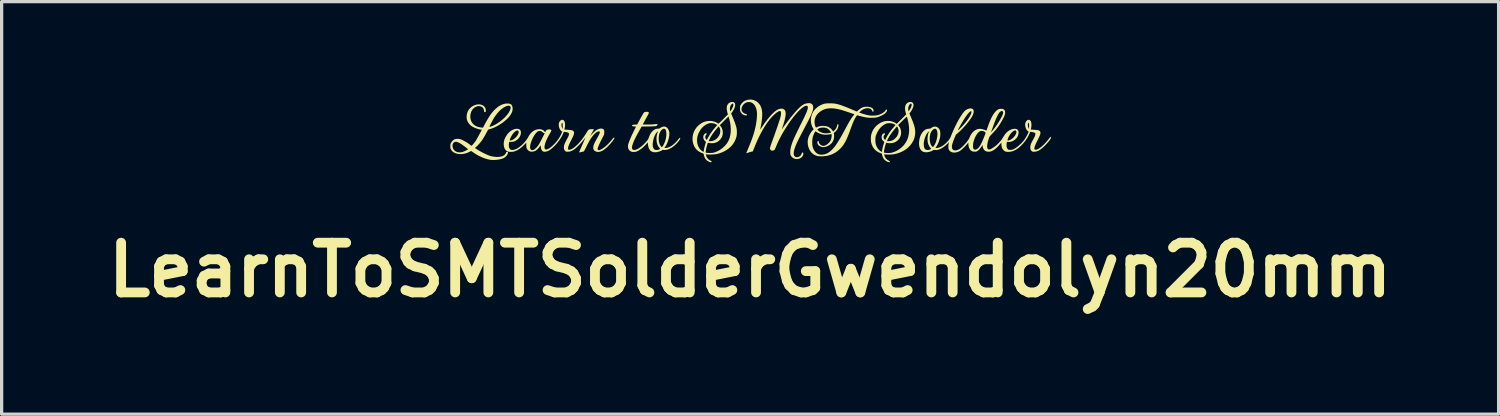
<source format=kicad_pcb>
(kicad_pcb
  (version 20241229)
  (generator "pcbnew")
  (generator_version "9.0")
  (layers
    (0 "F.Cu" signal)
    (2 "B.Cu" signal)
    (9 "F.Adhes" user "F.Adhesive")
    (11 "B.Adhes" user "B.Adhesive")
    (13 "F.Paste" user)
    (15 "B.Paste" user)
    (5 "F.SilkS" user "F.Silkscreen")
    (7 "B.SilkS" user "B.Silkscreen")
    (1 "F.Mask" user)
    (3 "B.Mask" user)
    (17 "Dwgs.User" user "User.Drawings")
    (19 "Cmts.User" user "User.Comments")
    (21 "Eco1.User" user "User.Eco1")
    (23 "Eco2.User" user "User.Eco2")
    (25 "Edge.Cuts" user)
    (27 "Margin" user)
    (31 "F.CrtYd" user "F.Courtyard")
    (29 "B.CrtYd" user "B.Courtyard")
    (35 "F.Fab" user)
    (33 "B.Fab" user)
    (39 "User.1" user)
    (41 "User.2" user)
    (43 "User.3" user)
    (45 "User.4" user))
  (footprint "LearnToSMTSolderGwendolyn20mm"
    (layer "F.Cu")
    (at 19.928 5.219)
    (property "Reference" "LearnToSMTSolderGwendolyn20mm" (at 0 0 0) (layer "F.SilkS") (effects (font (size 1.524 1.524) (thickness 0.3))))
    (attr board_only exclude_from_pos_files exclude_from_bom)
    (fp_poly (pts (xy -3.139 -4.842) (xy -3.125 -4.838) (xy -3.11 -4.83) (xy -3.102 -4.82) (xy -3.102 -4.806) (xy -3.11 -4.786) (xy -3.125 -4.757) (xy -3.126 -4.756) (xy -3.142 -4.726) (xy -3.161 -4.691) (xy -3.182 -4.654) (xy -3.203 -4.615) (xy -3.224 -4.577) (xy -3.243 -4.541) (xy -3.26 -4.509) (xy -3.273 -4.484) (xy -3.283 -4.466) (xy -3.287 -4.458) (xy -3.287 -4.457) (xy -3.28 -4.456) (xy -3.263 -4.455) (xy -3.236 -4.454) (xy -3.203 -4.454) (xy -3.165 -4.454) (xy -3.124 -4.454) (xy -3.082 -4.455) (xy -3.042 -4.456) (xy -3.006 -4.457) (xy -2.976 -4.459) (xy -2.954 -4.461) (xy -2.95 -4.461) (xy -2.907 -4.466) (xy -2.876 -4.469) (xy -2.855 -4.469) (xy -2.842 -4.466) (xy -2.836 -4.461) (xy -2.835 -4.458) (xy -2.838 -4.443) (xy -2.851 -4.427) (xy -2.87 -4.413) (xy -2.886 -4.406) (xy -2.9 -4.404) (xy -2.925 -4.402) (xy -2.961 -4.4) (xy -3.005 -4.398) (xy -3.057 -4.396) (xy -3.116 -4.395) (xy -3.117 -4.395) (xy -3.324 -4.392) (xy -3.425 -4.211) (xy -3.467 -4.135) (xy -3.502 -4.068) (xy -3.531 -4.009) (xy -3.556 -3.957) (xy -3.575 -3.911) (xy -3.591 -3.867) (xy -3.604 -3.828) (xy -3.614 -3.791) (xy -3.619 -3.764) (xy -3.619 -3.742) (xy -3.615 -3.722) (xy -3.611 -3.71) (xy -3.598 -3.689) (xy -3.579 -3.678) (xy -3.552 -3.674) (xy -3.537 -3.675) (xy -3.499 -3.683) (xy -3.455 -3.701) (xy -3.407 -3.729) (xy -3.356 -3.764) (xy -3.303 -3.807) (xy -3.251 -3.856) (xy -3.244 -3.863) (xy -3.2 -3.909) (xy -3.165 -3.949) (xy -3.139 -3.982) (xy -3.121 -4.011) (xy -3.11 -4.035) (xy -3.107 -4.043) (xy -3.101 -4.064) (xy -3.09 -4.092) (xy -3.077 -4.123) (xy -3.069 -4.14) (xy -3.049 -4.177) (xy -3.029 -4.207) (xy -3.005 -4.236) (xy -2.991 -4.25) (xy -2.952 -4.285) (xy -2.915 -4.308) (xy -2.876 -4.322) (xy -2.832 -4.327) (xy -2.826 -4.327) (xy -2.803 -4.328) (xy -2.786 -4.331) (xy -2.768 -4.34) (xy -2.748 -4.353) (xy -2.709 -4.375) (xy -2.668 -4.389) (xy -2.629 -4.393) (xy -2.612 -4.391) (xy -2.573 -4.377) (xy -2.539 -4.352) (xy -2.512 -4.316) (xy -2.491 -4.272) (xy -2.478 -4.225) (xy -2.474 -4.173) (xy -2.478 -4.114) (xy -2.488 -4.051) (xy -2.505 -3.984) (xy -2.527 -3.919) (xy -2.553 -3.856) (xy -2.583 -3.8) (xy -2.603 -3.77) (xy -2.627 -3.737) (xy -2.61 -3.735) (xy -2.588 -3.735) (xy -2.557 -3.74) (xy -2.522 -3.748) (xy -2.488 -3.759) (xy -2.481 -3.762) (xy -2.43 -3.788) (xy -2.376 -3.823) (xy -2.322 -3.868) (xy -2.269 -3.919) (xy -2.221 -3.974) (xy -2.202 -3.998) (xy -2.18 -4.025) (xy -2.164 -4.042) (xy -2.153 -4.047) (xy -2.142 -4.042) (xy -2.14 -4.03) (xy -2.146 -4.011) (xy -2.159 -3.987) (xy -2.178 -3.959) (xy -2.202 -3.928) (xy -2.231 -3.895) (xy -2.263 -3.861) (xy -2.297 -3.828) (xy -2.333 -3.797) (xy -2.356 -3.779) (xy -2.42 -3.735) (xy -2.48 -3.704) (xy -2.539 -3.684) (xy -2.596 -3.675) (xy -2.635 -3.675) (xy -2.664 -3.676) (xy -2.683 -3.675) (xy -2.691 -3.672) (xy -2.7 -3.664) (xy -2.719 -3.654) (xy -2.744 -3.643) (xy -2.772 -3.632) (xy -2.799 -3.623) (xy -2.817 -3.618) (xy -2.871 -3.607) (xy -2.92 -3.605) (xy -2.95 -3.607) (xy -2.998 -3.619) (xy -3.038 -3.64) (xy -3.07 -3.671) (xy -3.096 -3.713) (xy -3.115 -3.765) (xy -3.127 -3.829) (xy -3.129 -3.843) (xy -3.129 -3.847) (xy -2.983 -3.847) (xy -2.983 -3.813) (xy -2.981 -3.789) (xy -2.978 -3.771) (xy -2.972 -3.753) (xy -2.965 -3.739) (xy -2.947 -3.707) (xy -2.925 -3.687) (xy -2.897 -3.676) (xy -2.863 -3.674) (xy -2.825 -3.677) (xy -2.797 -3.686) (xy -2.773 -3.698) (xy -2.761 -3.706) (xy -2.759 -3.715) (xy -2.765 -3.725) (xy -2.778 -3.739) (xy -2.814 -3.785) (xy -2.841 -3.841) (xy -2.859 -3.906) (xy -2.867 -3.979) (xy -2.868 -4.01) (xy -2.868 -4.023) (xy -2.801 -4.023) (xy -2.796 -3.95) (xy -2.784 -3.887) (xy -2.764 -3.834) (xy -2.735 -3.791) (xy -2.729 -3.784) (xy -2.704 -3.759) (xy -2.686 -3.781) (xy -2.673 -3.798) (xy -2.658 -3.822) (xy -2.643 -3.848) (xy -2.643 -3.849) (xy -2.608 -3.929) (xy -2.582 -4.016) (xy -2.568 -4.107) (xy -2.565 -4.161) (xy -2.568 -4.215) (xy -2.575 -4.259) (xy -2.588 -4.293) (xy -2.606 -4.315) (xy -2.628 -4.326) (xy -2.654 -4.325) (xy -2.682 -4.312) (xy -2.714 -4.286) (xy -2.716 -4.283) (xy -2.751 -4.238) (xy -2.777 -4.183) (xy -2.793 -4.118) (xy -2.8 -4.044) (xy -2.801 -4.023) (xy -2.868 -4.023) (xy -2.866 -4.059) (xy -2.86 -4.109) (xy -2.851 -4.156) (xy -2.839 -4.197) (xy -2.829 -4.222) (xy -2.822 -4.238) (xy -2.824 -4.244) (xy -2.833 -4.239) (xy -2.85 -4.224) (xy -2.855 -4.219) (xy -2.887 -4.179) (xy -2.916 -4.128) (xy -2.941 -4.069) (xy -2.961 -4.005) (xy -2.975 -3.939) (xy -2.982 -3.872) (xy -2.983 -3.847) (xy -3.129 -3.847) (xy -3.137 -3.909) (xy -3.185 -3.853) (xy -3.251 -3.783) (xy -3.32 -3.722) (xy -3.392 -3.672) (xy -3.445 -3.642) (xy -3.473 -3.629) (xy -3.496 -3.621) (xy -3.519 -3.617) (xy -3.549 -3.615) (xy -3.554 -3.614) (xy -3.586 -3.614) (xy -3.61 -3.616) (xy -3.629 -3.62) (xy -3.641 -3.625) (xy -3.682 -3.649) (xy -3.712 -3.679) (xy -3.732 -3.717) (xy -3.741 -3.763) (xy -3.742 -3.786) (xy -3.741 -3.81) (xy -3.739 -3.831) (xy -3.733 -3.853) (xy -3.725 -3.88) (xy -3.712 -3.916) (xy -3.712 -3.917) (xy -3.677 -4.005) (xy -3.639 -4.094) (xy -3.595 -4.187) (xy -3.553 -4.274) (xy -3.494 -4.392) (xy -3.547 -4.395) (xy -3.583 -4.399) (xy -3.606 -4.405) (xy -3.617 -4.415) (xy -3.616 -4.428) (xy -3.616 -4.429) (xy -3.605 -4.439) (xy -3.582 -4.447) (xy -3.549 -4.452) (xy -3.512 -4.453) (xy -3.461 -4.453) (xy -3.363 -4.634) (xy -3.338 -4.679) (xy -3.314 -4.721) (xy -3.293 -4.758) (xy -3.274 -4.789) (xy -3.26 -4.811) (xy -3.251 -4.824) (xy -3.249 -4.826) (xy -3.228 -4.836) (xy -3.2 -4.843) (xy -3.168 -4.845)) (stroke (width 0) (type solid)) (fill yes) (layer "F.SilkS"))
    (fp_poly (pts (xy 4.953 -5.139) (xy 4.978 -5.124) (xy 4.996 -5.1) (xy 4.997 -5.097) (xy 5.005 -5.067) (xy 5.005 -5.033) (xy 4.996 -4.994) (xy 4.993 -4.985) (xy 4.963 -4.916) (xy 4.921 -4.848) (xy 4.908 -4.831) (xy 4.879 -4.793) (xy 4.923 -4.69) (xy 4.955 -4.614) (xy 4.982 -4.548) (xy 5.003 -4.49) (xy 5.02 -4.439) (xy 5.034 -4.392) (xy 5.044 -4.348) (xy 5.051 -4.305) (xy 5.055 -4.282) (xy 5.058 -4.205) (xy 5.051 -4.126) (xy 5.034 -4.048) (xy 5.007 -3.975) (xy 4.998 -3.957) (xy 4.95 -3.875) (xy 4.891 -3.8) (xy 4.821 -3.733) (xy 4.743 -3.675) (xy 4.655 -3.625) (xy 4.558 -3.585) (xy 4.475 -3.56) (xy 4.413 -3.546) (xy 4.351 -3.538) (xy 4.284 -3.534) (xy 4.208 -3.535) (xy 4.208 -3.535) (xy 4.105 -3.539) (xy 4.109 -3.518) (xy 4.114 -3.501) (xy 4.124 -3.477) (xy 4.134 -3.455) (xy 4.162 -3.412) (xy 4.201 -3.375) (xy 4.249 -3.347) (xy 4.271 -3.334) (xy 4.282 -3.323) (xy 4.283 -3.317) (xy 4.278 -3.305) (xy 4.263 -3.301) (xy 4.24 -3.304) (xy 4.21 -3.313) (xy 4.19 -3.322) (xy 4.141 -3.353) (xy 4.101 -3.391) (xy 4.071 -3.439) (xy 4.05 -3.496) (xy 4.045 -3.52) (xy 4.036 -3.562) (xy 3.996 -3.576) (xy 3.954 -3.595) (xy 4.098 -3.595) (xy 4.131 -3.588) (xy 4.175 -3.582) (xy 4.226 -3.581) (xy 4.279 -3.583) (xy 4.328 -3.59) (xy 4.345 -3.593) (xy 4.422 -3.618) (xy 4.498 -3.654) (xy 4.572 -3.7) (xy 4.64 -3.754) (xy 4.702 -3.815) (xy 4.713 -3.828) (xy 4.767 -3.903) (xy 4.811 -3.984) (xy 4.842 -4.073) (xy 4.863 -4.167) (xy 4.871 -4.268) (xy 4.868 -4.376) (xy 4.853 -4.489) (xy 4.827 -4.609) (xy 4.822 -4.627) (xy 4.814 -4.654) (xy 4.807 -4.677) (xy 4.802 -4.691) (xy 4.801 -4.695) (xy 4.795 -4.692) (xy 4.781 -4.68) (xy 4.761 -4.661) (xy 4.734 -4.636) (xy 4.704 -4.607) (xy 4.67 -4.573) (xy 4.665 -4.568) (xy 4.534 -4.437) (xy 4.557 -4.407) (xy 4.585 -4.368) (xy 4.604 -4.329) (xy 4.617 -4.285) (xy 4.626 -4.221) (xy 4.622 -4.158) (xy 4.608 -4.1) (xy 4.583 -4.046) (xy 4.548 -3.997) (xy 4.506 -3.956) (xy 4.456 -3.922) (xy 4.4 -3.898) (xy 4.338 -3.885) (xy 4.272 -3.882) (xy 4.267 -3.883) (xy 4.238 -3.885) (xy 4.211 -3.888) (xy 4.192 -3.892) (xy 4.189 -3.893) (xy 4.168 -3.899) (xy 4.148 -3.838) (xy 4.128 -3.769) (xy 4.112 -3.699) (xy 4.102 -3.634) (xy 4.102 -3.634) (xy 4.098 -3.595) (xy 3.954 -3.595) (xy 3.923 -3.609) (xy 3.86 -3.651) (xy 3.807 -3.702) (xy 3.763 -3.762) (xy 3.73 -3.83) (xy 3.709 -3.898) (xy 3.702 -3.941) (xy 3.7 -3.983) (xy 3.837 -3.983) (xy 3.837 -3.942) (xy 3.839 -3.91) (xy 3.843 -3.884) (xy 3.848 -3.857) (xy 3.852 -3.842) (xy 3.876 -3.779) (xy 3.908 -3.723) (xy 3.948 -3.675) (xy 3.994 -3.638) (xy 4.003 -3.633) (xy 4.037 -3.614) (xy 4.044 -3.665) (xy 4.05 -3.698) (xy 4.057 -3.736) (xy 4.066 -3.771) (xy 4.066 -3.773) (xy 4.075 -3.806) (xy 4.086 -3.841) (xy 4.095 -3.871) (xy 4.096 -3.873) (xy 4.112 -3.918) (xy 4.082 -3.946) (xy 4.075 -3.954) (xy 4.193 -3.954) (xy 4.199 -3.948) (xy 4.216 -3.945) (xy 4.239 -3.944) (xy 4.267 -3.946) (xy 4.297 -3.95) (xy 4.326 -3.957) (xy 4.33 -3.958) (xy 4.375 -3.977) (xy 4.42 -4.008) (xy 4.461 -4.046) (xy 4.496 -4.089) (xy 4.519 -4.129) (xy 4.54 -4.186) (xy 4.548 -4.243) (xy 4.546 -4.29) (xy 4.54 -4.312) (xy 4.532 -4.337) (xy 4.522 -4.361) (xy 4.512 -4.38) (xy 4.503 -4.391) (xy 4.499 -4.393) (xy 4.491 -4.388) (xy 4.477 -4.374) (xy 4.457 -4.351) (xy 4.434 -4.323) (xy 4.407 -4.29) (xy 4.38 -4.255) (xy 4.352 -4.218) (xy 4.325 -4.181) (xy 4.3 -4.146) (xy 4.279 -4.115) (xy 4.265 -4.093) (xy 4.247 -4.062) (xy 4.23 -4.031) (xy 4.215 -4.002) (xy 4.203 -3.978) (xy 4.195 -3.961) (xy 4.193 -3.954) (xy 4.075 -3.954) (xy 4.052 -3.981) (xy 4.034 -4.02) (xy 4.027 -4.063) (xy 4.027 -4.069) (xy 4.031 -4.107) (xy 4.044 -4.139) (xy 4.063 -4.165) (xy 4.088 -4.181) (xy 4.113 -4.187) (xy 4.128 -4.185) (xy 4.133 -4.177) (xy 4.133 -4.171) (xy 4.129 -4.155) (xy 4.119 -4.143) (xy 4.098 -4.115) (xy 4.087 -4.083) (xy 4.089 -4.05) (xy 4.102 -4.019) (xy 4.121 -3.995) (xy 4.137 -3.98) (xy 4.169 -4.045) (xy 4.213 -4.124) (xy 4.268 -4.209) (xy 4.335 -4.298) (xy 4.413 -4.391) (xy 4.418 -4.398) (xy 4.454 -4.439) (xy 4.433 -4.453) (xy 4.393 -4.475) (xy 4.347 -4.489) (xy 4.291 -4.496) (xy 4.27 -4.496) (xy 4.234 -4.495) (xy 4.207 -4.493) (xy 4.184 -4.487) (xy 4.166 -4.481) (xy 4.1 -4.448) (xy 4.039 -4.403) (xy 3.983 -4.348) (xy 3.934 -4.282) (xy 3.891 -4.206) (xy 3.856 -4.123) (xy 3.848 -4.099) (xy 3.843 -4.079) (xy 3.839 -4.057) (xy 3.838 -4.032) (xy 3.837 -3.998) (xy 3.837 -3.983) (xy 3.7 -3.983) (xy 3.699 -3.992) (xy 3.699 -4.046) (xy 3.703 -4.098) (xy 3.71 -4.143) (xy 3.712 -4.154) (xy 3.739 -4.231) (xy 3.775 -4.302) (xy 3.822 -4.366) (xy 3.876 -4.424) (xy 3.937 -4.473) (xy 4.003 -4.513) (xy 4.074 -4.542) (xy 4.148 -4.561) (xy 4.22 -4.566) (xy 4.28 -4.562) (xy 4.34 -4.55) (xy 4.397 -4.531) (xy 4.447 -4.506) (xy 4.47 -4.49) (xy 4.491 -4.474) (xy 4.636 -4.619) (xy 4.781 -4.765) (xy 4.767 -4.813) (xy 4.753 -4.872) (xy 4.747 -4.925) (xy 4.842 -4.925) (xy 4.847 -4.893) (xy 4.855 -4.858) (xy 4.867 -4.874) (xy 4.876 -4.887) (xy 4.889 -4.908) (xy 4.904 -4.933) (xy 4.907 -4.939) (xy 4.928 -4.979) (xy 4.941 -5.016) (xy 4.948 -5.048) (xy 4.947 -5.072) (xy 4.945 -5.079) (xy 4.935 -5.094) (xy 4.924 -5.097) (xy 4.909 -5.089) (xy 4.901 -5.083) (xy 4.874 -5.053) (xy 4.855 -5.014) (xy 4.844 -4.97) (xy 4.842 -4.925) (xy 4.747 -4.925) (xy 4.746 -4.93) (xy 4.747 -4.982) (xy 4.755 -5.028) (xy 4.77 -5.063) (xy 4.793 -5.095) (xy 4.823 -5.119) (xy 4.855 -5.136) (xy 4.89 -5.145) (xy 4.923 -5.146)) (stroke (width 0) (type solid)) (fill yes) (layer "F.SilkS"))
    (fp_poly (pts (xy -0.512 -5.141) (xy -0.486 -5.127) (xy -0.467 -5.104) (xy -0.462 -5.093) (xy -0.457 -5.062) (xy -0.46 -5.023) (xy -0.472 -4.979) (xy -0.492 -4.931) (xy -0.518 -4.883) (xy -0.55 -4.835) (xy -0.55 -4.834) (xy -0.582 -4.792) (xy -0.565 -4.751) (xy -0.556 -4.73) (xy -0.543 -4.7) (xy -0.528 -4.665) (xy -0.513 -4.628) (xy -0.507 -4.614) (xy -0.47 -4.52) (xy -0.441 -4.436) (xy -0.42 -4.362) (xy -0.416 -4.344) (xy -0.41 -4.304) (xy -0.406 -4.256) (xy -0.406 -4.205) (xy -0.408 -4.155) (xy -0.413 -4.11) (xy -0.416 -4.095) (xy -0.441 -4.01) (xy -0.478 -3.929) (xy -0.527 -3.853) (xy -0.586 -3.783) (xy -0.656 -3.721) (xy -0.735 -3.665) (xy -0.823 -3.618) (xy -0.87 -3.598) (xy -0.94 -3.573) (xy -1.006 -3.555) (xy -1.074 -3.543) (xy -1.148 -3.537) (xy -1.177 -3.536) (xy -1.216 -3.535) (xy -1.255 -3.535) (xy -1.288 -3.536) (xy -1.313 -3.537) (xy -1.321 -3.538) (xy -1.358 -3.544) (xy -1.352 -3.517) (xy -1.333 -3.463) (xy -1.304 -3.417) (xy -1.264 -3.378) (xy -1.225 -3.353) (xy -1.199 -3.34) (xy -1.183 -3.329) (xy -1.177 -3.319) (xy -1.178 -3.31) (xy -1.178 -3.309) (xy -1.187 -3.303) (xy -1.204 -3.301) (xy -1.227 -3.303) (xy -1.249 -3.31) (xy -1.253 -3.311) (xy -1.295 -3.334) (xy -1.333 -3.362) (xy -1.363 -3.394) (xy -1.369 -3.402) (xy -1.386 -3.431) (xy -1.401 -3.466) (xy -1.413 -3.5) (xy -1.419 -3.529) (xy -1.42 -3.54) (xy -1.424 -3.558) (xy -1.432 -3.564) (xy -1.505 -3.594) (xy -1.509 -3.596) (xy -1.362 -3.596) (xy -1.333 -3.588) (xy -1.314 -3.585) (xy -1.287 -3.584) (xy -1.253 -3.583) (xy -1.22 -3.583) (xy -1.182 -3.584) (xy -1.153 -3.586) (xy -1.128 -3.59) (xy -1.104 -3.596) (xy -1.074 -3.606) (xy -1.072 -3.606) (xy -0.994 -3.639) (xy -0.917 -3.682) (xy -0.846 -3.734) (xy -0.781 -3.794) (xy -0.724 -3.858) (xy -0.679 -3.927) (xy -0.663 -3.957) (xy -0.63 -4.038) (xy -0.608 -4.126) (xy -0.595 -4.221) (xy -0.592 -4.321) (xy -0.599 -4.426) (xy -0.616 -4.532) (xy -0.643 -4.641) (xy -0.647 -4.653) (xy -0.662 -4.702) (xy -0.796 -4.568) (xy -0.93 -4.434) (xy -0.913 -4.415) (xy -0.878 -4.368) (xy -0.853 -4.313) (xy -0.839 -4.254) (xy -0.836 -4.193) (xy -0.843 -4.141) (xy -0.862 -4.08) (xy -0.893 -4.024) (xy -0.933 -3.976) (xy -0.983 -3.936) (xy -1.039 -3.906) (xy -1.091 -3.889) (xy -1.127 -3.884) (xy -1.17 -3.882) (xy -1.214 -3.883) (xy -1.254 -3.889) (xy -1.271 -3.893) (xy -1.283 -3.895) (xy -1.291 -3.894) (xy -1.297 -3.885) (xy -1.304 -3.867) (xy -1.306 -3.861) (xy -1.319 -3.822) (xy -1.332 -3.776) (xy -1.343 -3.729) (xy -1.352 -3.685) (xy -1.357 -3.648) (xy -1.358 -3.643) (xy -1.362 -3.596) (xy -1.509 -3.596) (xy -1.568 -3.627) (xy -1.619 -3.666) (xy -1.662 -3.71) (xy -1.698 -3.762) (xy -1.713 -3.79) (xy -1.743 -3.865) (xy -1.759 -3.94) (xy -1.625 -3.94) (xy -1.617 -3.876) (xy -1.599 -3.813) (xy -1.572 -3.754) (xy -1.538 -3.703) (xy -1.497 -3.66) (xy -1.459 -3.634) (xy -1.423 -3.614) (xy -1.422 -3.635) (xy -1.419 -3.652) (xy -1.415 -3.677) (xy -1.41 -3.705) (xy -1.41 -3.71) (xy -1.403 -3.739) (xy -1.394 -3.775) (xy -1.384 -3.814) (xy -1.376 -3.841) (xy -1.352 -3.918) (xy -1.383 -3.949) (xy -1.387 -3.954) (xy -1.267 -3.954) (xy -1.261 -3.948) (xy -1.244 -3.945) (xy -1.221 -3.944) (xy -1.193 -3.946) (xy -1.164 -3.95) (xy -1.136 -3.957) (xy -1.132 -3.958) (xy -1.08 -3.981) (xy -1.031 -4.015) (xy -0.988 -4.06) (xy -0.952 -4.114) (xy -0.942 -4.132) (xy -0.922 -4.184) (xy -0.914 -4.237) (xy -0.916 -4.29) (xy -0.929 -4.339) (xy -0.949 -4.377) (xy -0.964 -4.398) (xy -1.007 -4.348) (xy -1.034 -4.315) (xy -1.065 -4.277) (xy -1.096 -4.237) (xy -1.127 -4.195) (xy -1.155 -4.157) (xy -1.178 -4.123) (xy -1.195 -4.097) (xy -1.195 -4.097) (xy -1.21 -4.071) (xy -1.225 -4.042) (xy -1.24 -4.014) (xy -1.253 -3.988) (xy -1.262 -3.968) (xy -1.266 -3.955) (xy -1.267 -3.954) (xy -1.387 -3.954) (xy -1.413 -3.987) (xy -1.431 -4.028) (xy -1.436 -4.072) (xy -1.432 -4.102) (xy -1.422 -4.13) (xy -1.405 -4.155) (xy -1.384 -4.175) (xy -1.362 -4.186) (xy -1.353 -4.187) (xy -1.336 -4.184) (xy -1.328 -4.177) (xy -1.33 -4.164) (xy -1.342 -4.144) (xy -1.361 -4.119) (xy -1.372 -4.095) (xy -1.375 -4.066) (xy -1.369 -4.035) (xy -1.36 -4.017) (xy -1.349 -4.002) (xy -1.336 -3.991) (xy -1.327 -3.987) (xy -1.324 -3.988) (xy -1.32 -3.994) (xy -1.312 -4.01) (xy -1.3 -4.033) (xy -1.287 -4.057) (xy -1.231 -4.153) (xy -1.163 -4.252) (xy -1.083 -4.351) (xy -1.049 -4.391) (xy -1.006 -4.439) (xy -1.031 -4.455) (xy -1.08 -4.479) (xy -1.135 -4.493) (xy -1.192 -4.499) (xy -1.247 -4.494) (xy -1.259 -4.491) (xy -1.324 -4.467) (xy -1.385 -4.432) (xy -1.442 -4.385) (xy -1.494 -4.329) (xy -1.54 -4.263) (xy -1.579 -4.189) (xy -1.601 -4.133) (xy -1.617 -4.073) (xy -1.625 -4.007) (xy -1.625 -3.94) (xy -1.759 -3.94) (xy -1.76 -3.943) (xy -1.765 -4.021) (xy -1.759 -4.099) (xy -1.742 -4.175) (xy -1.714 -4.248) (xy -1.676 -4.317) (xy -1.629 -4.381) (xy -1.572 -4.437) (xy -1.506 -4.486) (xy -1.439 -4.523) (xy -1.372 -4.547) (xy -1.303 -4.561) (xy -1.232 -4.565) (xy -1.162 -4.559) (xy -1.095 -4.543) (xy -1.034 -4.518) (xy -0.992 -4.492) (xy -0.974 -4.478) (xy -0.949 -4.499) (xy -0.937 -4.509) (xy -0.918 -4.527) (xy -0.892 -4.552) (xy -0.862 -4.581) (xy -0.829 -4.614) (xy -0.802 -4.642) (xy -0.68 -4.764) (xy -0.69 -4.797) (xy -0.696 -4.819) (xy -0.703 -4.849) (xy -0.71 -4.881) (xy -0.711 -4.89) (xy -0.716 -4.94) (xy -0.62 -4.94) (xy -0.617 -4.899) (xy -0.613 -4.881) (xy -0.605 -4.859) (xy -0.589 -4.881) (xy -0.578 -4.897) (xy -0.565 -4.921) (xy -0.55 -4.949) (xy -0.543 -4.963) (xy -0.527 -4.997) (xy -0.518 -5.023) (xy -0.514 -5.044) (xy -0.513 -5.054) (xy -0.516 -5.08) (xy -0.525 -5.094) (xy -0.538 -5.096) (xy -0.556 -5.087) (xy -0.577 -5.065) (xy -0.583 -5.057) (xy -0.602 -5.023) (xy -0.615 -4.983) (xy -0.62 -4.94) (xy -0.716 -4.94) (xy -0.718 -4.95) (xy -0.713 -5.004) (xy -0.699 -5.05) (xy -0.674 -5.088) (xy -0.652 -5.109) (xy -0.616 -5.131) (xy -0.579 -5.143) (xy -0.544 -5.147)) (stroke (width 0) (type solid)) (fill yes) (layer "F.SilkS"))
    (fp_poly (pts (xy -7.366 -5.092) (xy -7.332 -5.077) (xy -7.307 -5.055) (xy -7.29 -5.024) (xy -7.284 -5.007) (xy -7.274 -4.954) (xy -7.277 -4.897) (xy -7.293 -4.839) (xy -7.322 -4.779) (xy -7.362 -4.718) (xy -7.414 -4.657) (xy -7.449 -4.622) (xy -7.521 -4.559) (xy -7.598 -4.5) (xy -7.679 -4.447) (xy -7.761 -4.399) (xy -7.842 -4.36) (xy -7.921 -4.33) (xy -7.977 -4.313) (xy -8.002 -4.307) (xy -8.017 -4.301) (xy -8.027 -4.292) (xy -8.036 -4.279) (xy -8.037 -4.276) (xy -8.073 -4.209) (xy -8.104 -4.152) (xy -8.131 -4.104) (xy -8.155 -4.063) (xy -8.176 -4.028) (xy -8.197 -3.996) (xy -8.217 -3.967) (xy -8.237 -3.939) (xy -8.239 -3.937) (xy -8.275 -3.892) (xy -8.312 -3.849) (xy -8.348 -3.81) (xy -8.381 -3.78) (xy -8.389 -3.773) (xy -8.408 -3.758) (xy -8.421 -3.746) (xy -8.427 -3.739) (xy -8.427 -3.738) (xy -8.421 -3.732) (xy -8.406 -3.721) (xy -8.384 -3.705) (xy -8.355 -3.687) (xy -8.323 -3.667) (xy -8.29 -3.647) (xy -8.257 -3.628) (xy -8.227 -3.611) (xy -8.177 -3.586) (xy -8.126 -3.561) (xy -8.075 -3.538) (xy -8.028 -3.517) (xy -7.988 -3.501) (xy -7.966 -3.494) (xy -7.94 -3.487) (xy -7.906 -3.479) (xy -7.871 -3.472) (xy -7.857 -3.47) (xy -7.781 -3.462) (xy -7.712 -3.462) (xy -7.65 -3.469) (xy -7.596 -3.482) (xy -7.55 -3.503) (xy -7.515 -3.53) (xy -7.49 -3.563) (xy -7.481 -3.587) (xy -7.47 -3.608) (xy -7.453 -3.618) (xy -7.433 -3.616) (xy -7.427 -3.614) (xy -7.418 -3.606) (xy -7.417 -3.593) (xy -7.418 -3.585) (xy -7.432 -3.542) (xy -7.458 -3.502) (xy -7.493 -3.465) (xy -7.534 -3.435) (xy -7.55 -3.426) (xy -7.602 -3.406) (xy -7.663 -3.389) (xy -7.73 -3.377) (xy -7.801 -3.37) (xy -7.87 -3.368) (xy -7.933 -3.371) (xy -8.021 -3.386) (xy -8.114 -3.412) (xy -8.209 -3.448) (xy -8.305 -3.493) (xy -8.401 -3.547) (xy -8.493 -3.608) (xy -8.501 -3.613) (xy -8.545 -3.645) (xy -8.586 -3.623) (xy -8.66 -3.589) (xy -8.736 -3.565) (xy -8.812 -3.551) (xy -8.885 -3.548) (xy -8.955 -3.555) (xy -8.977 -3.56) (xy -9.034 -3.578) (xy -9.081 -3.602) (xy -9.119 -3.631) (xy -9.15 -3.668) (xy -9.167 -3.697) (xy -9.175 -3.716) (xy -9.18 -3.734) (xy -9.182 -3.755) (xy -9.183 -3.785) (xy -9.183 -3.79) (xy -9.183 -3.807) (xy -9.118 -3.807) (xy -9.114 -3.766) (xy -9.101 -3.725) (xy -9.081 -3.688) (xy -9.065 -3.668) (xy -9.024 -3.634) (xy -8.977 -3.612) (xy -8.925 -3.602) (xy -8.866 -3.603) (xy -8.826 -3.61) (xy -8.796 -3.618) (xy -8.759 -3.633) (xy -8.72 -3.651) (xy -8.683 -3.67) (xy -8.658 -3.685) (xy -8.639 -3.698) (xy -8.715 -3.758) (xy -8.783 -3.81) (xy -8.843 -3.853) (xy -8.896 -3.885) (xy -8.943 -3.908) (xy -8.983 -3.922) (xy -9.017 -3.926) (xy -9.047 -3.921) (xy -9.072 -3.907) (xy -9.094 -3.885) (xy -9.099 -3.878) (xy -9.113 -3.845) (xy -9.118 -3.807) (xy -9.183 -3.807) (xy -9.182 -3.822) (xy -9.18 -3.845) (xy -9.174 -3.865) (xy -9.165 -3.886) (xy -9.164 -3.888) (xy -9.139 -3.929) (xy -9.105 -3.966) (xy -9.067 -3.995) (xy -9.055 -4.001) (xy -9.023 -4.011) (xy -8.984 -4.016) (xy -8.94 -4.016) (xy -8.898 -4.01) (xy -8.873 -4.004) (xy -8.827 -3.986) (xy -8.775 -3.96) (xy -8.72 -3.93) (xy -8.664 -3.896) (xy -8.613 -3.86) (xy -8.568 -3.826) (xy -8.564 -3.822) (xy -8.548 -3.81) (xy -8.537 -3.803) (xy -8.533 -3.802) (xy -8.525 -3.808) (xy -8.51 -3.824) (xy -8.492 -3.845) (xy -8.471 -3.869) (xy -8.45 -3.895) (xy -8.43 -3.92) (xy -8.415 -3.941) (xy -8.412 -3.945) (xy -8.403 -3.96) (xy -8.388 -3.984) (xy -8.371 -4.015) (xy -8.351 -4.05) (xy -8.329 -4.089) (xy -8.307 -4.129) (xy -8.286 -4.168) (xy -8.266 -4.205) (xy -8.248 -4.238) (xy -8.234 -4.266) (xy -8.224 -4.285) (xy -8.22 -4.295) (xy -8.22 -4.296) (xy -8.226 -4.299) (xy -8.24 -4.3) (xy -8.242 -4.3) (xy -8.27 -4.303) (xy -8.306 -4.31) (xy -8.348 -4.322) (xy -8.391 -4.336) (xy -8.433 -4.353) (xy -8.465 -4.367) (xy -8.502 -4.386) (xy -8.531 -4.404) (xy -8.557 -4.424) (xy -8.583 -4.449) (xy -8.627 -4.499) (xy -8.658 -4.553) (xy -8.677 -4.61) (xy -8.685 -4.672) (xy -8.681 -4.741) (xy -8.679 -4.757) (xy -8.665 -4.815) (xy -8.645 -4.866) (xy -8.617 -4.912) (xy -8.577 -4.957) (xy -8.577 -4.957) (xy -8.529 -4.999) (xy -8.476 -5.031) (xy -8.421 -5.054) (xy -8.364 -5.068) (xy -8.309 -5.072) (xy -8.255 -5.066) (xy -8.206 -5.05) (xy -8.163 -5.024) (xy -8.154 -5.016) (xy -8.128 -4.988) (xy -8.111 -4.959) (xy -8.1 -4.922) (xy -8.097 -4.899) (xy -8.095 -4.867) (xy -8.101 -4.845) (xy -8.114 -4.835) (xy -8.123 -4.833) (xy -8.14 -4.839) (xy -8.15 -4.856) (xy -8.153 -4.885) (xy -8.16 -4.923) (xy -8.177 -4.957) (xy -8.202 -4.984) (xy -8.236 -5.004) (xy -8.274 -5.016) (xy -8.317 -5.019) (xy -8.362 -5.013) (xy -8.401 -4.999) (xy -8.452 -4.968) (xy -8.494 -4.928) (xy -8.528 -4.878) (xy -8.553 -4.82) (xy -8.568 -4.754) (xy -8.571 -4.725) (xy -8.57 -4.657) (xy -8.557 -4.594) (xy -8.534 -4.537) (xy -8.499 -4.487) (xy -8.455 -4.444) (xy -8.401 -4.409) (xy -8.339 -4.383) (xy -8.269 -4.367) (xy -8.232 -4.363) (xy -8.181 -4.358) (xy -8.167 -4.386) (xy -7.987 -4.386) (xy -7.981 -4.385) (xy -7.965 -4.388) (xy -7.942 -4.394) (xy -7.914 -4.403) (xy -7.884 -4.415) (xy -7.877 -4.418) (xy -7.805 -4.453) (xy -7.731 -4.498) (xy -7.656 -4.55) (xy -7.583 -4.609) (xy -7.516 -4.671) (xy -7.457 -4.734) (xy -7.422 -4.779) (xy -7.39 -4.825) (xy -7.366 -4.87) (xy -7.348 -4.911) (xy -7.337 -4.949) (xy -7.335 -4.98) (xy -7.341 -5.004) (xy -7.346 -5.012) (xy -7.369 -5.027) (xy -7.399 -5.033) (xy -7.436 -5.027) (xy -7.481 -5.012) (xy -7.499 -5.003) (xy -7.562 -4.967) (xy -7.626 -4.918) (xy -7.69 -4.859) (xy -7.751 -4.789) (xy -7.81 -4.711) (xy -7.844 -4.66) (xy -7.857 -4.637) (xy -7.874 -4.608) (xy -7.892 -4.574) (xy -7.911 -4.538) (xy -7.931 -4.502) (xy -7.949 -4.467) (xy -7.964 -4.436) (xy -7.977 -4.411) (xy -7.984 -4.394) (xy -7.987 -4.386) (xy -8.167 -4.386) (xy -8.153 -4.414) (xy -8.111 -4.495) (xy -8.067 -4.573) (xy -8.023 -4.647) (xy -7.981 -4.715) (xy -7.941 -4.773) (xy -7.923 -4.797) (xy -7.855 -4.878) (xy -7.785 -4.946) (xy -7.714 -5.003) (xy -7.643 -5.046) (xy -7.571 -5.077) (xy -7.498 -5.094) (xy -7.462 -5.098) (xy -7.408 -5.098)) (stroke (width 0) (type solid)) (fill yes) (layer "F.SilkS"))
    (fp_poly (pts (xy 0.044 -5.218) (xy 0.107 -5.205) (xy 0.168 -5.179) (xy 0.223 -5.142) (xy 0.25 -5.117) (xy 0.288 -5.074) (xy 0.318 -5.027) (xy 0.34 -4.974) (xy 0.357 -4.913) (xy 0.367 -4.843) (xy 0.37 -4.81) (xy 0.371 -4.767) (xy 0.369 -4.714) (xy 0.365 -4.653) (xy 0.358 -4.587) (xy 0.349 -4.519) (xy 0.338 -4.452) (xy 0.325 -4.387) (xy 0.319 -4.361) (xy 0.314 -4.335) (xy 0.31 -4.315) (xy 0.308 -4.304) (xy 0.309 -4.302) (xy 0.313 -4.307) (xy 0.323 -4.321) (xy 0.338 -4.342) (xy 0.357 -4.369) (xy 0.37 -4.388) (xy 0.443 -4.494) (xy 0.514 -4.589) (xy 0.582 -4.673) (xy 0.646 -4.747) (xy 0.707 -4.809) (xy 0.764 -4.859) (xy 0.795 -4.882) (xy 0.843 -4.912) (xy 0.891 -4.931) (xy 0.936 -4.941) (xy 0.978 -4.941) (xy 1.016 -4.931) (xy 1.047 -4.912) (xy 1.07 -4.883) (xy 1.074 -4.875) (xy 1.085 -4.841) (xy 1.089 -4.797) (xy 1.087 -4.742) (xy 1.077 -4.678) (xy 1.061 -4.603) (xy 1.038 -4.517) (xy 1.008 -4.42) (xy 0.971 -4.312) (xy 0.97 -4.31) (xy 0.971 -4.308) (xy 0.978 -4.316) (xy 0.99 -4.331) (xy 0.991 -4.333) (xy 1.074 -4.449) (xy 1.154 -4.556) (xy 1.23 -4.654) (xy 1.302 -4.743) (xy 1.369 -4.823) (xy 1.431 -4.892) (xy 1.488 -4.951) (xy 1.54 -5) (xy 1.585 -5.037) (xy 1.603 -5.049) (xy 1.663 -5.082) (xy 1.726 -5.102) (xy 1.79 -5.109) (xy 1.79 -5.109) (xy 1.819 -5.109) (xy 1.839 -5.107) (xy 1.856 -5.102) (xy 1.873 -5.092) (xy 1.875 -5.091) (xy 1.9 -5.073) (xy 1.917 -5.051) (xy 1.927 -5.022) (xy 1.931 -4.995) (xy 1.932 -4.97) (xy 1.93 -4.942) (xy 1.925 -4.912) (xy 1.916 -4.878) (xy 1.904 -4.839) (xy 1.886 -4.794) (xy 1.865 -4.743) (xy 1.838 -4.685) (xy 1.806 -4.619) (xy 1.768 -4.543) (xy 1.723 -4.458) (xy 1.673 -4.363) (xy 1.646 -4.311) (xy 1.615 -4.253) (xy 1.584 -4.194) (xy 1.555 -4.137) (xy 1.528 -4.087) (xy 1.518 -4.067) (xy 1.469 -3.97) (xy 1.428 -3.883) (xy 1.395 -3.805) (xy 1.369 -3.737) (xy 1.35 -3.676) (xy 1.339 -3.624) (xy 1.335 -3.579) (xy 1.337 -3.541) (xy 1.346 -3.509) (xy 1.35 -3.5) (xy 1.37 -3.475) (xy 1.397 -3.459) (xy 1.43 -3.453) (xy 1.466 -3.457) (xy 1.502 -3.472) (xy 1.504 -3.473) (xy 1.537 -3.496) (xy 1.559 -3.52) (xy 1.573 -3.551) (xy 1.574 -3.556) (xy 1.584 -3.582) (xy 1.594 -3.595) (xy 1.608 -3.598) (xy 1.613 -3.597) (xy 1.626 -3.586) (xy 1.631 -3.567) (xy 1.629 -3.542) (xy 1.62 -3.512) (xy 1.604 -3.481) (xy 1.603 -3.48) (xy 1.576 -3.449) (xy 1.54 -3.424) (xy 1.498 -3.407) (xy 1.451 -3.397) (xy 1.405 -3.397) (xy 1.38 -3.401) (xy 1.337 -3.417) (xy 1.297 -3.444) (xy 1.264 -3.478) (xy 1.24 -3.518) (xy 1.239 -3.52) (xy 1.233 -3.547) (xy 1.23 -3.584) (xy 1.23 -3.627) (xy 1.234 -3.674) (xy 1.24 -3.722) (xy 1.249 -3.763) (xy 1.259 -3.801) (xy 1.27 -3.838) (xy 1.283 -3.876) (xy 1.297 -3.915) (xy 1.313 -3.957) (xy 1.332 -4.002) (xy 1.354 -4.053) (xy 1.38 -4.109) (xy 1.41 -4.172) (xy 1.444 -4.243) (xy 1.483 -4.323) (xy 1.528 -4.414) (xy 1.56 -4.477) (xy 1.603 -4.563) (xy 1.64 -4.638) (xy 1.671 -4.703) (xy 1.697 -4.76) (xy 1.719 -4.808) (xy 1.736 -4.849) (xy 1.748 -4.884) (xy 1.758 -4.913) (xy 1.764 -4.939) (xy 1.767 -4.96) (xy 1.768 -4.974) (xy 1.765 -5.004) (xy 1.754 -5.023) (xy 1.736 -5.032) (xy 1.711 -5.03) (xy 1.677 -5.018) (xy 1.674 -5.016) (xy 1.628 -4.99) (xy 1.578 -4.953) (xy 1.524 -4.905) (xy 1.467 -4.848) (xy 1.408 -4.782) (xy 1.347 -4.709) (xy 1.285 -4.63) (xy 1.222 -4.545) (xy 1.161 -4.455) (xy 1.1 -4.362) (xy 1.041 -4.266) (xy 0.984 -4.169) (xy 0.931 -4.071) (xy 0.881 -3.974) (xy 0.836 -3.877) (xy 0.798 -3.787) (xy 0.782 -3.748) (xy 0.769 -3.719) (xy 0.759 -3.698) (xy 0.751 -3.684) (xy 0.742 -3.675) (xy 0.734 -3.669) (xy 0.706 -3.656) (xy 0.677 -3.653) (xy 0.65 -3.659) (xy 0.628 -3.674) (xy 0.615 -3.695) (xy 0.614 -3.698) (xy 0.609 -3.717) (xy 0.607 -3.73) (xy 0.607 -3.731) (xy 0.609 -3.744) (xy 0.616 -3.768) (xy 0.627 -3.804) (xy 0.644 -3.852) (xy 0.665 -3.912) (xy 0.691 -3.983) (xy 0.72 -4.063) (xy 0.748 -4.139) (xy 0.775 -4.216) (xy 0.802 -4.294) (xy 0.829 -4.369) (xy 0.853 -4.441) (xy 0.875 -4.508) (xy 0.895 -4.568) (xy 0.912 -4.621) (xy 0.924 -4.663) (xy 0.93 -4.686) (xy 0.939 -4.726) (xy 0.945 -4.766) (xy 0.947 -4.802) (xy 0.945 -4.831) (xy 0.94 -4.852) (xy 0.938 -4.856) (xy 0.922 -4.867) (xy 0.899 -4.867) (xy 0.869 -4.857) (xy 0.833 -4.835) (xy 0.79 -4.803) (xy 0.759 -4.777) (xy 0.679 -4.701) (xy 0.601 -4.612) (xy 0.525 -4.511) (xy 0.449 -4.398) (xy 0.374 -4.272) (xy 0.32 -4.172) (xy 0.291 -4.114) (xy 0.265 -4.061) (xy 0.24 -4.009) (xy 0.215 -3.954) (xy 0.19 -3.896) (xy 0.162 -3.83) (xy 0.136 -3.767) (xy 0.081 -3.63) (xy 0.053 -3.625) (xy 0.013 -3.616) (xy -0.035 -3.601) (xy -0.079 -3.585) (xy -0.098 -3.578) (xy -0.112 -3.575) (xy -0.117 -3.575) (xy -0.115 -3.581) (xy -0.109 -3.599) (xy -0.099 -3.625) (xy -0.085 -3.658) (xy -0.069 -3.697) (xy -0.054 -3.734) (xy -0.003 -3.857) (xy 0.041 -3.97) (xy 0.079 -4.076) (xy 0.111 -4.175) (xy 0.138 -4.27) (xy 0.16 -4.362) (xy 0.179 -4.454) (xy 0.193 -4.545) (xy 0.204 -4.64) (xy 0.207 -4.67) (xy 0.211 -4.759) (xy 0.207 -4.84) (xy 0.195 -4.914) (xy 0.175 -4.978) (xy 0.147 -5.033) (xy 0.112 -5.079) (xy 0.069 -5.113) (xy 0.041 -5.129) (xy 0.002 -5.141) (xy -0.044 -5.144) (xy -0.089 -5.139) (xy -0.127 -5.126) (xy -0.173 -5.097) (xy -0.212 -5.059) (xy -0.241 -5.014) (xy -0.259 -4.963) (xy -0.264 -4.939) (xy -0.262 -4.897) (xy -0.249 -4.86) (xy -0.224 -4.827) (xy -0.189 -4.801) (xy -0.143 -4.781) (xy -0.14 -4.78) (xy -0.116 -4.772) (xy -0.101 -4.766) (xy -0.095 -4.76) (xy -0.094 -4.752) (xy -0.095 -4.751) (xy -0.098 -4.742) (xy -0.108 -4.737) (xy -0.125 -4.735) (xy -0.169 -4.738) (xy -0.21 -4.753) (xy -0.246 -4.78) (xy -0.277 -4.815) (xy -0.29 -4.838) (xy -0.299 -4.857) (xy -0.305 -4.873) (xy -0.308 -4.891) (xy -0.31 -4.914) (xy -0.31 -4.946) (xy -0.31 -4.947) (xy -0.309 -4.979) (xy -0.308 -5.003) (xy -0.305 -5.021) (xy -0.299 -5.037) (xy -0.29 -5.056) (xy -0.268 -5.09) (xy -0.238 -5.124) (xy -0.203 -5.155) (xy -0.167 -5.179) (xy -0.157 -5.184) (xy -0.09 -5.208) (xy -0.022 -5.219)) (stroke (width 0) (type solid)) (fill yes) (layer "F.SilkS"))
    (fp_poly (pts (xy 2.511 -5.103) (xy 2.564 -5.099) (xy 2.611 -5.093) (xy 2.638 -5.088) (xy 2.677 -5.079) (xy 2.717 -5.068) (xy 2.759 -5.055) (xy 2.806 -5.039) (xy 2.857 -5.02) (xy 2.915 -4.998) (xy 2.981 -4.972) (xy 3.056 -4.941) (xy 3.141 -4.905) (xy 3.191 -4.884) (xy 3.266 -4.852) (xy 3.328 -4.904) (xy 3.374 -4.94) (xy 3.416 -4.966) (xy 3.458 -4.984) (xy 3.502 -4.995) (xy 3.551 -4.999) (xy 3.579 -5) (xy 3.627 -4.997) (xy 3.672 -4.988) (xy 3.712 -4.974) (xy 3.743 -4.957) (xy 3.763 -4.936) (xy 3.776 -4.911) (xy 3.782 -4.887) (xy 3.781 -4.866) (xy 3.774 -4.852) (xy 3.76 -4.847) (xy 3.75 -4.851) (xy 3.742 -4.865) (xy 3.74 -4.872) (xy 3.725 -4.903) (xy 3.7 -4.928) (xy 3.665 -4.945) (xy 3.621 -4.954) (xy 3.597 -4.955) (xy 3.542 -4.949) (xy 3.488 -4.932) (xy 3.435 -4.903) (xy 3.38 -4.861) (xy 3.371 -4.852) (xy 3.338 -4.823) (xy 3.397 -4.802) (xy 3.455 -4.782) (xy 3.514 -4.765) (xy 3.571 -4.75) (xy 3.622 -4.738) (xy 3.654 -4.733) (xy 3.696 -4.729) (xy 3.744 -4.727) (xy 3.794 -4.728) (xy 3.843 -4.732) (xy 3.887 -4.737) (xy 3.922 -4.745) (xy 3.927 -4.746) (xy 3.98 -4.766) (xy 4.029 -4.79) (xy 4.073 -4.815) (xy 4.109 -4.842) (xy 4.135 -4.868) (xy 4.15 -4.894) (xy 4.151 -4.897) (xy 4.161 -4.912) (xy 4.173 -4.917) (xy 4.184 -4.909) (xy 4.189 -4.899) (xy 4.192 -4.884) (xy 4.187 -4.867) (xy 4.18 -4.85) (xy 4.158 -4.818) (xy 4.124 -4.786) (xy 4.079 -4.756) (xy 4.023 -4.726) (xy 3.959 -4.699) (xy 3.929 -4.689) (xy 3.902 -4.68) (xy 3.879 -4.673) (xy 3.859 -4.669) (xy 3.837 -4.666) (xy 3.811 -4.664) (xy 3.777 -4.663) (xy 3.743 -4.662) (xy 3.695 -4.661) (xy 3.657 -4.661) (xy 3.624 -4.663) (xy 3.592 -4.666) (xy 3.558 -4.671) (xy 3.55 -4.673) (xy 3.509 -4.68) (xy 3.46 -4.691) (xy 3.408 -4.704) (xy 3.355 -4.717) (xy 3.307 -4.731) (xy 3.285 -4.737) (xy 3.277 -4.736) (xy 3.266 -4.726) (xy 3.252 -4.707) (xy 3.244 -4.695) (xy 3.225 -4.664) (xy 3.206 -4.631) (xy 3.188 -4.594) (xy 3.169 -4.552) (xy 3.148 -4.504) (xy 3.126 -4.448) (xy 3.102 -4.383) (xy 3.074 -4.307) (xy 3.063 -4.277) (xy 3.026 -4.177) (xy 2.991 -4.089) (xy 2.957 -4.011) (xy 2.924 -3.942) (xy 2.89 -3.882) (xy 2.855 -3.827) (xy 2.818 -3.778) (xy 2.778 -3.733) (xy 2.76 -3.714) (xy 2.683 -3.645) (xy 2.602 -3.589) (xy 2.514 -3.544) (xy 2.421 -3.511) (xy 2.322 -3.49) (xy 2.216 -3.481) (xy 2.177 -3.481) (xy 2.14 -3.482) (xy 2.104 -3.484) (xy 2.073 -3.488) (xy 2.057 -3.491) (xy 1.993 -3.513) (xy 1.935 -3.546) (xy 1.884 -3.59) (xy 1.841 -3.644) (xy 1.807 -3.706) (xy 1.781 -3.777) (xy 1.766 -3.853) (xy 1.764 -3.883) (xy 1.903 -3.883) (xy 1.906 -3.834) (xy 1.911 -3.793) (xy 1.915 -3.773) (xy 1.938 -3.709) (xy 1.968 -3.653) (xy 2.004 -3.606) (xy 2.047 -3.57) (xy 2.093 -3.545) (xy 2.134 -3.534) (xy 2.184 -3.53) (xy 2.24 -3.535) (xy 2.277 -3.541) (xy 2.326 -3.556) (xy 2.374 -3.578) (xy 2.422 -3.609) (xy 2.472 -3.651) (xy 2.496 -3.673) (xy 2.527 -3.704) (xy 2.557 -3.737) (xy 2.587 -3.773) (xy 2.618 -3.814) (xy 2.65 -3.859) (xy 2.683 -3.91) (xy 2.719 -3.968) (xy 2.758 -4.034) (xy 2.801 -4.109) (xy 2.847 -4.193) (xy 2.899 -4.288) (xy 2.923 -4.333) (xy 2.963 -4.407) (xy 2.997 -4.47) (xy 3.028 -4.524) (xy 3.055 -4.57) (xy 3.08 -4.61) (xy 3.103 -4.646) (xy 3.126 -4.679) (xy 3.149 -4.709) (xy 3.172 -4.738) (xy 3.195 -4.766) (xy 3.178 -4.773) (xy 3.129 -4.791) (xy 3.073 -4.811) (xy 3.014 -4.831) (xy 2.955 -4.851) (xy 2.897 -4.87) (xy 2.845 -4.887) (xy 2.8 -4.9) (xy 2.777 -4.906) (xy 2.675 -4.93) (xy 2.583 -4.945) (xy 2.499 -4.952) (xy 2.423 -4.95) (xy 2.397 -4.947) (xy 2.343 -4.939) (xy 2.299 -4.928) (xy 2.258 -4.913) (xy 2.215 -4.894) (xy 2.213 -4.892) (xy 2.147 -4.852) (xy 2.091 -4.805) (xy 2.045 -4.752) (xy 2.01 -4.695) (xy 1.986 -4.633) (xy 1.974 -4.57) (xy 1.973 -4.504) (xy 1.985 -4.439) (xy 2.001 -4.392) (xy 2.01 -4.374) (xy 2.016 -4.362) (xy 2.018 -4.36) (xy 2.025 -4.363) (xy 2.04 -4.37) (xy 2.052 -4.376) (xy 2.105 -4.397) (xy 2.164 -4.409) (xy 2.231 -4.413) (xy 2.298 -4.409) (xy 2.357 -4.397) (xy 2.408 -4.376) (xy 2.456 -4.344) (xy 2.469 -4.333) (xy 2.491 -4.311) (xy 2.512 -4.286) (xy 2.523 -4.272) (xy 2.545 -4.239) (xy 2.589 -4.282) (xy 2.622 -4.32) (xy 2.645 -4.36) (xy 2.659 -4.406) (xy 2.663 -4.425) (xy 2.67 -4.449) (xy 2.681 -4.463) (xy 2.695 -4.465) (xy 2.697 -4.464) (xy 2.704 -4.455) (xy 2.706 -4.436) (xy 2.704 -4.41) (xy 2.697 -4.379) (xy 2.687 -4.346) (xy 2.674 -4.314) (xy 2.671 -4.308) (xy 2.657 -4.287) (xy 2.637 -4.263) (xy 2.614 -4.238) (xy 2.591 -4.217) (xy 2.572 -4.203) (xy 2.572 -4.203) (xy 2.564 -4.196) (xy 2.564 -4.185) (xy 2.567 -4.173) (xy 2.571 -4.146) (xy 2.573 -4.111) (xy 2.572 -4.072) (xy 2.568 -4.035) (xy 2.563 -4.01) (xy 2.542 -3.952) (xy 2.51 -3.9) (xy 2.48 -3.866) (xy 2.44 -3.833) (xy 2.392 -3.804) (xy 2.342 -3.781) (xy 2.29 -3.767) (xy 2.242 -3.761) (xy 2.222 -3.762) (xy 2.178 -3.772) (xy 2.137 -3.79) (xy 2.101 -3.815) (xy 2.075 -3.845) (xy 2.069 -3.855) (xy 2.062 -3.876) (xy 2.06 -3.901) (xy 2.063 -3.924) (xy 2.07 -3.942) (xy 2.081 -3.952) (xy 2.086 -3.953) (xy 2.097 -3.947) (xy 2.104 -3.932) (xy 2.107 -3.914) (xy 2.113 -3.886) (xy 2.13 -3.859) (xy 2.155 -3.835) (xy 2.185 -3.816) (xy 2.218 -3.804) (xy 2.252 -3.8) (xy 2.27 -3.803) (xy 2.316 -3.82) (xy 2.361 -3.848) (xy 2.403 -3.884) (xy 2.439 -3.925) (xy 2.466 -3.967) (xy 2.48 -4.005) (xy 2.491 -4.048) (xy 2.498 -4.09) (xy 2.498 -4.128) (xy 2.497 -4.137) (xy 2.493 -4.165) (xy 2.458 -4.157) (xy 2.409 -4.148) (xy 2.354 -4.144) (xy 2.299 -4.143) (xy 2.249 -4.146) (xy 2.247 -4.147) (xy 2.192 -4.157) (xy 2.137 -4.174) (xy 2.087 -4.196) (xy 2.044 -4.22) (xy 2.043 -4.221) (xy 2.004 -4.248) (xy 1.992 -4.232) (xy 1.977 -4.21) (xy 1.961 -4.178) (xy 1.945 -4.142) (xy 1.93 -4.104) (xy 1.919 -4.069) (xy 1.919 -4.069) (xy 1.911 -4.031) (xy 1.906 -3.985) (xy 1.903 -3.934) (xy 1.903 -3.883) (xy 1.764 -3.883) (xy 1.762 -3.927) (xy 1.771 -4.003) (xy 1.791 -4.077) (xy 1.824 -4.15) (xy 1.867 -4.219) (xy 1.912 -4.274) (xy 1.937 -4.301) (xy 2.057 -4.301) (xy 2.073 -4.283) (xy 2.112 -4.25) (xy 2.16 -4.222) (xy 2.213 -4.201) (xy 2.267 -4.189) (xy 2.275 -4.188) (xy 2.319 -4.186) (xy 2.365 -4.188) (xy 2.41 -4.192) (xy 2.448 -4.2) (xy 2.452 -4.201) (xy 2.481 -4.21) (xy 2.455 -4.249) (xy 2.419 -4.293) (xy 2.379 -4.326) (xy 2.332 -4.348) (xy 2.278 -4.36) (xy 2.233 -4.362) (xy 2.176 -4.358) (xy 2.128 -4.346) (xy 2.088 -4.326) (xy 2.077 -4.317) (xy 2.057 -4.301) (xy 1.937 -4.301) (xy 1.948 -4.313) (xy 1.928 -4.341) (xy 1.915 -4.363) (xy 1.901 -4.391) (xy 1.892 -4.413) (xy 1.87 -4.486) (xy 1.86 -4.562) (xy 1.862 -4.638) (xy 1.876 -4.713) (xy 1.901 -4.786) (xy 1.937 -4.853) (xy 1.983 -4.914) (xy 2.004 -4.936) (xy 2.073 -4.995) (xy 2.148 -5.043) (xy 2.228 -5.078) (xy 2.27 -5.091) (xy 2.305 -5.097) (xy 2.349 -5.102) (xy 2.4 -5.104) (xy 2.455 -5.104)) (stroke (width 0) (type solid)) (fill yes) (layer "F.SilkS"))
    (fp_poly (pts (xy -5.729 -4.594) (xy -5.705 -4.578) (xy -5.687 -4.551) (xy -5.676 -4.516) (xy -5.669 -4.474) (xy -5.669 -4.427) (xy -5.673 -4.379) (xy -5.679 -4.352) (xy -5.684 -4.328) (xy -5.687 -4.31) (xy -5.688 -4.3) (xy -5.687 -4.3) (xy -5.657 -4.298) (xy -5.621 -4.296) (xy -5.582 -4.293) (xy -5.544 -4.29) (xy -5.51 -4.287) (xy -5.482 -4.283) (xy -5.463 -4.281) (xy -5.458 -4.28) (xy -5.436 -4.27) (xy -5.415 -4.255) (xy -5.412 -4.252) (xy -5.401 -4.236) (xy -5.394 -4.218) (xy -5.392 -4.197) (xy -5.396 -4.171) (xy -5.405 -4.138) (xy -5.421 -4.099) (xy -5.443 -4.051) (xy -5.472 -3.994) (xy -5.484 -3.969) (xy -5.519 -3.899) (xy -5.546 -3.84) (xy -5.565 -3.791) (xy -5.577 -3.751) (xy -5.58 -3.721) (xy -5.576 -3.699) (xy -5.564 -3.686) (xy -5.545 -3.682) (xy -5.529 -3.682) (xy -5.489 -3.693) (xy -5.444 -3.716) (xy -5.395 -3.748) (xy -5.344 -3.79) (xy -5.29 -3.84) (xy -5.235 -3.898) (xy -5.18 -3.963) (xy -5.125 -4.034) (xy -5.104 -4.063) (xy -5.047 -4.063) (xy -5.043 -4.06) (xy -5.04 -4.063) (xy -5.043 -4.067) (xy -5.047 -4.063) (xy -5.104 -4.063) (xy -5.072 -4.11) (xy -5.024 -4.184) (xy -4.999 -4.224) (xy -4.98 -4.255) (xy -4.964 -4.277) (xy -4.949 -4.292) (xy -4.934 -4.302) (xy -4.917 -4.307) (xy -4.897 -4.31) (xy -4.87 -4.312) (xy -4.86 -4.312) (xy -4.83 -4.313) (xy -4.806 -4.312) (xy -4.791 -4.311) (xy -4.787 -4.309) (xy -4.79 -4.301) (xy -4.798 -4.284) (xy -4.811 -4.26) (xy -4.827 -4.231) (xy -4.834 -4.22) (xy -4.852 -4.188) (xy -4.868 -4.159) (xy -4.881 -4.135) (xy -4.89 -4.119) (xy -4.891 -4.117) (xy -4.895 -4.107) (xy -4.894 -4.106) (xy -4.886 -4.114) (xy -4.879 -4.123) (xy -4.844 -4.163) (xy -4.807 -4.202) (xy -4.769 -4.237) (xy -4.735 -4.266) (xy -4.718 -4.278) (xy -4.671 -4.305) (xy -4.626 -4.322) (xy -4.583 -4.331) (xy -4.545 -4.331) (xy -4.512 -4.321) (xy -4.486 -4.302) (xy -4.475 -4.286) (xy -4.47 -4.268) (xy -4.468 -4.238) (xy -4.468 -4.211) (xy -4.471 -4.152) (xy -4.556 -3.984) (xy -4.592 -3.912) (xy -4.621 -3.85) (xy -4.643 -3.799) (xy -4.66 -3.758) (xy -4.669 -3.727) (xy -4.673 -3.705) (xy -4.673 -3.702) (xy -4.668 -3.687) (xy -4.656 -3.676) (xy -4.643 -3.669) (xy -4.63 -3.668) (xy -4.611 -3.673) (xy -4.581 -3.685) (xy -4.543 -3.705) (xy -4.503 -3.731) (xy -4.461 -3.76) (xy -4.445 -3.772) (xy -4.41 -3.803) (xy -4.369 -3.841) (xy -4.327 -3.883) (xy -4.287 -3.927) (xy -4.251 -3.968) (xy -4.225 -4.002) (xy -4.201 -4.031) (xy -4.183 -4.048) (xy -4.169 -4.054) (xy -4.158 -4.049) (xy -4.157 -4.047) (xy -4.157 -4.035) (xy -4.166 -4.016) (xy -4.182 -3.99) (xy -4.204 -3.959) (xy -4.231 -3.924) (xy -4.262 -3.887) (xy -4.296 -3.849) (xy -4.332 -3.811) (xy -4.367 -3.775) (xy -4.402 -3.742) (xy -4.436 -3.713) (xy -4.456 -3.697) (xy -4.502 -3.665) (xy -4.543 -3.643) (xy -4.582 -3.628) (xy -4.622 -3.619) (xy -4.65 -3.615) (xy -4.672 -3.615) (xy -4.694 -3.619) (xy -4.708 -3.623) (xy -4.75 -3.64) (xy -4.779 -3.664) (xy -4.798 -3.695) (xy -4.806 -3.733) (xy -4.805 -3.759) (xy -4.8 -3.79) (xy -4.792 -3.822) (xy -4.778 -3.859) (xy -4.76 -3.901) (xy -4.735 -3.95) (xy -4.703 -4.008) (xy -4.695 -4.022) (xy -4.663 -4.078) (xy -4.639 -4.124) (xy -4.621 -4.161) (xy -4.609 -4.189) (xy -4.604 -4.211) (xy -4.604 -4.226) (xy -4.61 -4.237) (xy -4.621 -4.243) (xy -4.625 -4.244) (xy -4.652 -4.244) (xy -4.683 -4.233) (xy -4.718 -4.211) (xy -4.756 -4.178) (xy -4.796 -4.136) (xy -4.837 -4.085) (xy -4.879 -4.026) (xy -4.901 -3.993) (xy -4.914 -3.971) (xy -4.932 -3.939) (xy -4.952 -3.9) (xy -4.975 -3.857) (xy -4.999 -3.811) (xy -5.013 -3.781) (xy -5.037 -3.733) (xy -5.056 -3.696) (xy -5.071 -3.668) (xy -5.083 -3.649) (xy -5.091 -3.636) (xy -5.098 -3.629) (xy -5.103 -3.627) (xy -5.104 -3.627) (xy -5.117 -3.625) (xy -5.139 -3.621) (xy -5.166 -3.614) (xy -5.179 -3.611) (xy -5.205 -3.605) (xy -5.226 -3.601) (xy -5.238 -3.6) (xy -5.24 -3.601) (xy -5.237 -3.609) (xy -5.23 -3.626) (xy -5.219 -3.652) (xy -5.206 -3.685) (xy -5.19 -3.721) (xy -5.189 -3.722) (xy -5.155 -3.8) (xy -5.126 -3.867) (xy -5.101 -3.922) (xy -5.082 -3.967) (xy -5.068 -4.002) (xy -5.058 -4.027) (xy -5.052 -4.043) (xy -5.05 -4.05) (xy -5.052 -4.05) (xy -5.058 -4.042) (xy -5.07 -4.026) (xy -5.087 -4.004) (xy -5.107 -3.978) (xy -5.11 -3.973) (xy -5.141 -3.935) (xy -5.177 -3.894) (xy -5.216 -3.851) (xy -5.258 -3.808) (xy -5.299 -3.768) (xy -5.338 -3.733) (xy -5.372 -3.705) (xy -5.395 -3.688) (xy -5.442 -3.66) (xy -5.485 -3.64) (xy -5.526 -3.628) (xy -5.57 -3.622) (xy -5.577 -3.622) (xy -5.606 -3.621) (xy -5.625 -3.622) (xy -5.64 -3.627) (xy -5.652 -3.633) (xy -5.679 -3.658) (xy -5.697 -3.692) (xy -5.705 -3.734) (xy -5.703 -3.785) (xy -5.701 -3.796) (xy -5.699 -3.812) (xy -5.694 -3.828) (xy -5.688 -3.846) (xy -5.68 -3.868) (xy -5.668 -3.894) (xy -5.652 -3.927) (xy -5.632 -3.967) (xy -5.606 -4.017) (xy -5.585 -4.057) (xy -5.569 -4.09) (xy -5.558 -4.115) (xy -5.552 -4.135) (xy -5.55 -4.154) (xy -5.55 -4.156) (xy -5.551 -4.177) (xy -5.556 -4.191) (xy -5.567 -4.201) (xy -5.567 -4.201) (xy -5.58 -4.207) (xy -5.601 -4.214) (xy -5.626 -4.22) (xy -5.653 -4.225) (xy -5.678 -4.229) (xy -5.697 -4.23) (xy -5.707 -4.229) (xy -5.707 -4.228) (xy -5.711 -4.22) (xy -5.719 -4.203) (xy -5.727 -4.183) (xy -5.754 -4.121) (xy -5.79 -4.057) (xy -5.832 -3.991) (xy -5.88 -3.926) (xy -5.932 -3.863) (xy -5.986 -3.804) (xy -6.04 -3.751) (xy -6.095 -3.705) (xy -6.147 -3.668) (xy -6.196 -3.642) (xy -6.2 -3.64) (xy -6.238 -3.628) (xy -6.276 -3.622) (xy -6.312 -3.622) (xy -6.341 -3.629) (xy -6.347 -3.632) (xy -6.371 -3.652) (xy -6.39 -3.683) (xy -6.404 -3.723) (xy -6.412 -3.769) (xy -6.412 -3.771) (xy -6.417 -3.822) (xy -6.442 -3.784) (xy -6.464 -3.754) (xy -6.491 -3.723) (xy -6.52 -3.693) (xy -6.548 -3.669) (xy -6.572 -3.651) (xy -6.577 -3.648) (xy -6.618 -3.633) (xy -6.663 -3.624) (xy -6.708 -3.624) (xy -6.729 -3.626) (xy -6.756 -3.635) (xy -6.78 -3.648) (xy -6.799 -3.664) (xy -6.823 -3.688) (xy -6.839 -3.715) (xy -6.85 -3.746) (xy -6.85 -3.749) (xy -6.739 -3.749) (xy -6.735 -3.72) (xy -6.726 -3.698) (xy -6.71 -3.681) (xy -6.707 -3.679) (xy -6.688 -3.67) (xy -6.664 -3.67) (xy -6.633 -3.679) (xy -6.622 -3.684) (xy -6.597 -3.7) (xy -6.569 -3.725) (xy -6.538 -3.756) (xy -6.508 -3.791) (xy -6.482 -3.827) (xy -6.467 -3.85) (xy -6.457 -3.868) (xy -6.443 -3.894) (xy -6.426 -3.926) (xy -6.406 -3.963) (xy -6.386 -4.002) (xy -6.366 -4.042) (xy -6.346 -4.08) (xy -6.328 -4.116) (xy -6.313 -4.146) (xy -6.302 -4.17) (xy -6.295 -4.185) (xy -6.293 -4.19) (xy -6.299 -4.192) (xy -6.312 -4.193) (xy -6.333 -4.2) (xy -6.35 -4.214) (xy -6.384 -4.241) (xy -6.42 -4.256) (xy -6.457 -4.258) (xy -6.494 -4.248) (xy -6.514 -4.236) (xy -6.546 -4.209) (xy -6.578 -4.17) (xy -6.611 -4.123) (xy -6.642 -4.07) (xy -6.671 -4.013) (xy -6.696 -3.954) (xy -6.716 -3.896) (xy -6.731 -3.841) (xy -6.738 -3.791) (xy -6.738 -3.789) (xy -6.739 -3.749) (xy -6.85 -3.749) (xy -6.855 -3.785) (xy -6.857 -3.831) (xy -6.857 -3.898) (xy -6.93 -3.824) (xy -7.002 -3.757) (xy -7.073 -3.703) (xy -7.143 -3.662) (xy -7.213 -3.634) (xy -7.24 -3.626) (xy -7.276 -3.62) (xy -7.317 -3.617) (xy -7.358 -3.617) (xy -7.396 -3.621) (xy -7.425 -3.628) (xy -7.428 -3.629) (xy -7.467 -3.651) (xy -7.498 -3.683) (xy -7.523 -3.725) (xy -7.539 -3.776) (xy -7.547 -3.834) (xy -7.548 -3.857) (xy -7.543 -3.928) (xy -7.531 -3.973) (xy -7.363 -3.973) (xy -7.362 -3.97) (xy -7.349 -3.966) (xy -7.328 -3.968) (xy -7.301 -3.976) (xy -7.273 -3.988) (xy -7.239 -4.009) (xy -7.203 -4.037) (xy -7.169 -4.07) (xy -7.139 -4.105) (xy -7.116 -4.138) (xy -7.111 -4.148) (xy -7.095 -4.189) (xy -7.088 -4.223) (xy -7.092 -4.248) (xy -7.099 -4.259) (xy -7.119 -4.271) (xy -7.143 -4.271) (xy -7.171 -4.26) (xy -7.201 -4.24) (xy -7.232 -4.211) (xy -7.264 -4.175) (xy -7.294 -4.131) (xy -7.323 -4.08) (xy -7.329 -4.069) (xy -7.344 -4.037) (xy -7.355 -4.009) (xy -7.362 -3.987) (xy -7.363 -3.973) (xy -7.531 -3.973) (xy -7.525 -3.997) (xy -7.495 -4.066) (xy -7.452 -4.136) (xy -7.439 -4.154) (xy -7.389 -4.211) (xy -7.334 -4.257) (xy -7.275 -4.292) (xy -7.213 -4.315) (xy -7.177 -4.322) (xy -7.128 -4.324) (xy -7.088 -4.317) (xy -7.057 -4.3) (xy -7.035 -4.273) (xy -7.023 -4.239) (xy -7.02 -4.196) (xy -7.029 -4.147) (xy -7.033 -4.132) (xy -7.056 -4.081) (xy -7.089 -4.033) (xy -7.132 -3.991) (xy -7.181 -3.957) (xy -7.218 -3.939) (xy -7.243 -3.931) (xy -7.269 -3.926) (xy -7.301 -3.924) (xy -7.318 -3.924) (xy -7.379 -3.923) (xy -7.387 -3.881) (xy -7.393 -3.832) (xy -7.39 -3.785) (xy -7.381 -3.745) (xy -7.365 -3.712) (xy -7.345 -3.691) (xy -7.317 -3.678) (xy -7.282 -3.675) (xy -7.24 -3.679) (xy -7.195 -3.693) (xy -7.147 -3.714) (xy -7.141 -3.717) (xy -7.083 -3.754) (xy -7.023 -3.8) (xy -6.964 -3.853) (xy -6.909 -3.911) (xy -6.861 -3.971) (xy -6.82 -4.03) (xy -6.8 -4.067) (xy -6.761 -4.134) (xy -6.715 -4.192) (xy -6.664 -4.239) (xy -6.609 -4.275) (xy -6.549 -4.299) (xy -6.487 -4.311) (xy -6.438 -4.311) (xy -6.392 -4.305) (xy -6.355 -4.291) (xy -6.325 -4.27) (xy -6.307 -4.25) (xy -6.293 -4.234) (xy -6.283 -4.223) (xy -6.28 -4.22) (xy -6.275 -4.226) (xy -6.267 -4.239) (xy -6.26 -4.252) (xy -6.247 -4.272) (xy -6.232 -4.288) (xy -6.225 -4.292) (xy -6.197 -4.301) (xy -6.164 -4.305) (xy -6.132 -4.304) (xy -6.118 -4.3) (xy -6.101 -4.293) (xy -6.091 -4.284) (xy -6.089 -4.27) (xy -6.094 -4.252) (xy -6.107 -4.225) (xy -6.127 -4.19) (xy -6.128 -4.188) (xy -6.17 -4.116) (xy -6.207 -4.046) (xy -6.238 -3.979) (xy -6.263 -3.918) (xy -6.282 -3.861) (xy -6.294 -3.811) (xy -6.299 -3.768) (xy -6.297 -3.734) (xy -6.288 -3.708) (xy -6.279 -3.698) (xy -6.258 -3.689) (xy -6.23 -3.691) (xy -6.196 -3.703) (xy -6.156 -3.724) (xy -6.112 -3.755) (xy -6.064 -3.795) (xy -6.012 -3.844) (xy -5.958 -3.9) (xy -5.958 -3.9) (xy -5.907 -3.962) (xy -5.858 -4.033) (xy -5.813 -4.108) (xy -5.777 -4.183) (xy -5.767 -4.207) (xy -5.754 -4.24) (xy -5.774 -4.25) (xy -5.8 -4.27) (xy -5.822 -4.301) (xy -5.841 -4.339) (xy -5.854 -4.381) (xy -5.861 -4.425) (xy -5.861 -4.43) (xy -5.779 -4.43) (xy -5.778 -4.419) (xy -5.773 -4.391) (xy -5.764 -4.361) (xy -5.759 -4.349) (xy -5.743 -4.317) (xy -5.741 -4.394) (xy -5.741 -4.427) (xy -5.742 -4.456) (xy -5.744 -4.478) (xy -5.747 -4.49) (xy -5.754 -4.503) (xy -5.762 -4.504) (xy -5.769 -4.496) (xy -5.775 -4.48) (xy -5.778 -4.457) (xy -5.779 -4.43) (xy -5.861 -4.43) (xy -5.862 -4.467) (xy -5.855 -4.505) (xy -5.851 -4.516) (xy -5.831 -4.552) (xy -5.807 -4.578) (xy -5.781 -4.594) (xy -5.754 -4.6)) (stroke (width 0) (type solid)) (fill yes) (layer "F.SilkS"))
    (fp_poly (pts (xy 6.792 -4.943) (xy 6.82 -4.929) (xy 6.833 -4.917) (xy 6.845 -4.892) (xy 6.849 -4.859) (xy 6.845 -4.819) (xy 6.833 -4.775) (xy 6.82 -4.742) (xy 6.795 -4.693) (xy 6.76 -4.638) (xy 6.717 -4.578) (xy 6.668 -4.514) (xy 6.613 -4.448) (xy 6.554 -4.381) (xy 6.492 -4.316) (xy 6.429 -4.253) (xy 6.365 -4.194) (xy 6.364 -4.194) (xy 6.301 -4.138) (xy 6.254 -4.024) (xy 6.229 -3.961) (xy 6.21 -3.908) (xy 6.196 -3.864) (xy 6.186 -3.828) (xy 6.181 -3.797) (xy 6.18 -3.773) (xy 6.185 -3.732) (xy 6.199 -3.7) (xy 6.222 -3.677) (xy 6.253 -3.664) (xy 6.291 -3.661) (xy 6.335 -3.669) (xy 6.357 -3.676) (xy 6.386 -3.689) (xy 6.413 -3.703) (xy 6.44 -3.721) (xy 6.469 -3.745) (xy 6.503 -3.776) (xy 6.537 -3.81) (xy 6.584 -3.859) (xy 6.626 -3.907) (xy 6.662 -3.954) (xy 6.691 -3.996) (xy 6.712 -4.033) (xy 6.719 -4.05) (xy 6.749 -4.118) (xy 6.786 -4.178) (xy 6.828 -4.228) (xy 6.875 -4.268) (xy 6.926 -4.298) (xy 6.98 -4.317) (xy 7.036 -4.323) (xy 7.077 -4.32) (xy 7.108 -4.314) (xy 7.144 -4.304) (xy 7.178 -4.293) (xy 7.207 -4.283) (xy 7.219 -4.277) (xy 7.226 -4.273) (xy 7.232 -4.27) (xy 7.237 -4.271) (xy 7.241 -4.276) (xy 7.247 -4.288) (xy 7.254 -4.307) (xy 7.263 -4.335) (xy 7.277 -4.374) (xy 7.28 -4.383) (xy 7.319 -4.492) (xy 7.359 -4.589) (xy 7.399 -4.675) (xy 7.44 -4.749) (xy 7.482 -4.81) (xy 7.523 -4.859) (xy 7.533 -4.869) (xy 7.569 -4.9) (xy 7.602 -4.92) (xy 7.638 -4.932) (xy 7.678 -4.936) (xy 7.687 -4.936) (xy 7.731 -4.933) (xy 7.765 -4.921) (xy 7.79 -4.9) (xy 7.806 -4.87) (xy 7.812 -4.833) (xy 7.812 -4.802) (xy 7.806 -4.768) (xy 7.793 -4.729) (xy 7.774 -4.684) (xy 7.748 -4.633) (xy 7.698 -4.543) (xy 7.65 -4.463) (xy 7.6 -4.39) (xy 7.548 -4.321) (xy 7.49 -4.253) (xy 7.424 -4.182) (xy 7.415 -4.173) (xy 7.384 -4.14) (xy 7.361 -4.115) (xy 7.344 -4.094) (xy 7.332 -4.077) (xy 7.324 -4.061) (xy 7.32 -4.052) (xy 7.298 -3.988) (xy 7.281 -3.926) (xy 7.269 -3.869) (xy 7.262 -3.818) (xy 7.261 -3.774) (xy 7.265 -3.74) (xy 7.27 -3.727) (xy 7.283 -3.705) (xy 7.301 -3.693) (xy 7.323 -3.69) (xy 7.352 -3.696) (xy 7.388 -3.712) (xy 7.407 -3.722) (xy 7.473 -3.764) (xy 7.539 -3.816) (xy 7.603 -3.875) (xy 7.661 -3.939) (xy 7.687 -3.972) (xy 7.884 -3.972) (xy 7.894 -3.967) (xy 7.912 -3.967) (xy 7.935 -3.972) (xy 7.957 -3.979) (xy 7.958 -3.98) (xy 7.997 -4.001) (xy 8.033 -4.028) (xy 8.067 -4.058) (xy 8.096 -4.092) (xy 8.121 -4.126) (xy 8.14 -4.16) (xy 8.152 -4.193) (xy 8.157 -4.222) (xy 8.154 -4.246) (xy 8.142 -4.265) (xy 8.13 -4.272) (xy 8.118 -4.275) (xy 8.102 -4.272) (xy 8.083 -4.264) (xy 8.044 -4.239) (xy 8.005 -4.203) (xy 7.966 -4.154) (xy 7.93 -4.097) (xy 7.919 -4.075) (xy 7.907 -4.049) (xy 7.897 -4.023) (xy 7.889 -3.999) (xy 7.884 -3.981) (xy 7.884 -3.972) (xy 7.687 -3.972) (xy 7.712 -4.005) (xy 7.75 -4.065) (xy 7.794 -4.136) (xy 7.843 -4.197) (xy 7.897 -4.246) (xy 7.955 -4.284) (xy 8.017 -4.31) (xy 8.069 -4.322) (xy 8.118 -4.324) (xy 8.158 -4.317) (xy 8.189 -4.299) (xy 8.211 -4.273) (xy 8.223 -4.238) (xy 8.224 -4.195) (xy 8.22 -4.165) (xy 8.202 -4.105) (xy 8.173 -4.053) (xy 8.148 -4.023) (xy 8.1 -3.981) (xy 8.048 -3.949) (xy 7.993 -3.929) (xy 7.937 -3.921) (xy 7.911 -3.922) (xy 7.867 -3.925) (xy 7.86 -3.888) (xy 7.854 -3.84) (xy 7.855 -3.794) (xy 7.863 -3.753) (xy 7.878 -3.719) (xy 7.898 -3.693) (xy 7.902 -3.69) (xy 7.924 -3.681) (xy 7.955 -3.677) (xy 7.991 -3.678) (xy 8.028 -3.684) (xy 8.056 -3.693) (xy 8.098 -3.713) (xy 8.146 -3.743) (xy 8.196 -3.781) (xy 8.247 -3.824) (xy 8.297 -3.87) (xy 8.344 -3.919) (xy 8.384 -3.967) (xy 8.401 -3.99) (xy 8.427 -4.029) (xy 8.453 -4.073) (xy 8.479 -4.12) (xy 8.502 -4.165) (xy 8.519 -4.203) (xy 8.519 -4.205) (xy 8.533 -4.24) (xy 8.513 -4.25) (xy 8.487 -4.27) (xy 8.464 -4.301) (xy 8.446 -4.339) (xy 8.433 -4.381) (xy 8.425 -4.425) (xy 8.425 -4.458) (xy 8.508 -4.458) (xy 8.508 -4.429) (xy 8.508 -4.427) (xy 8.515 -4.386) (xy 8.527 -4.35) (xy 8.543 -4.317) (xy 8.545 -4.394) (xy 8.545 -4.427) (xy 8.544 -4.456) (xy 8.543 -4.478) (xy 8.54 -4.489) (xy 8.532 -4.503) (xy 8.524 -4.506) (xy 8.517 -4.498) (xy 8.511 -4.482) (xy 8.508 -4.458) (xy 8.425 -4.458) (xy 8.425 -4.467) (xy 8.432 -4.505) (xy 8.436 -4.515) (xy 8.455 -4.552) (xy 8.479 -4.578) (xy 8.505 -4.594) (xy 8.532 -4.6) (xy 8.558 -4.595) (xy 8.581 -4.578) (xy 8.6 -4.551) (xy 8.611 -4.516) (xy 8.617 -4.474) (xy 8.618 -4.427) (xy 8.613 -4.379) (xy 8.608 -4.352) (xy 8.603 -4.328) (xy 8.599 -4.31) (xy 8.599 -4.3) (xy 8.599 -4.3) (xy 8.63 -4.298) (xy 8.666 -4.296) (xy 8.704 -4.293) (xy 8.742 -4.29) (xy 8.777 -4.287) (xy 8.805 -4.283) (xy 8.824 -4.281) (xy 8.828 -4.28) (xy 8.859 -4.266) (xy 8.881 -4.244) (xy 8.892 -4.217) (xy 8.893 -4.204) (xy 8.892 -4.184) (xy 8.888 -4.162) (xy 8.881 -4.137) (xy 8.869 -4.108) (xy 8.853 -4.071) (xy 8.831 -4.026) (xy 8.807 -3.978) (xy 8.774 -3.912) (xy 8.748 -3.856) (xy 8.728 -3.809) (xy 8.715 -3.771) (xy 8.708 -3.741) (xy 8.706 -3.718) (xy 8.711 -3.7) (xy 8.718 -3.69) (xy 8.734 -3.682) (xy 8.758 -3.683) (xy 8.788 -3.69) (xy 8.819 -3.703) (xy 8.863 -3.729) (xy 8.912 -3.765) (xy 8.964 -3.81) (xy 9.016 -3.861) (xy 9.069 -3.916) (xy 9.118 -3.975) (xy 9.14 -4.004) (xy 9.167 -4.037) (xy 9.187 -4.06) (xy 9.202 -4.071) (xy 9.205 -4.072) (xy 9.217 -4.07) (xy 9.221 -4.06) (xy 9.216 -4.041) (xy 9.203 -4.017) (xy 9.184 -3.986) (xy 9.157 -3.951) (xy 9.125 -3.911) (xy 9.087 -3.869) (xy 9.044 -3.824) (xy 9.037 -3.816) (xy 8.98 -3.761) (xy 8.929 -3.717) (xy 8.882 -3.682) (xy 8.839 -3.656) (xy 8.796 -3.638) (xy 8.754 -3.627) (xy 8.711 -3.622) (xy 8.71 -3.622) (xy 8.681 -3.621) (xy 8.661 -3.622) (xy 8.647 -3.627) (xy 8.635 -3.633) (xy 8.607 -3.658) (xy 8.59 -3.691) (xy 8.582 -3.734) (xy 8.584 -3.784) (xy 8.585 -3.794) (xy 8.592 -3.828) (xy 8.604 -3.864) (xy 8.622 -3.905) (xy 8.647 -3.954) (xy 8.663 -3.983) (xy 8.693 -4.038) (xy 8.715 -4.082) (xy 8.729 -4.118) (xy 8.737 -4.147) (xy 8.738 -4.169) (xy 8.733 -4.186) (xy 8.722 -4.199) (xy 8.72 -4.201) (xy 8.708 -4.207) (xy 8.687 -4.213) (xy 8.662 -4.22) (xy 8.635 -4.225) (xy 8.611 -4.229) (xy 8.592 -4.231) (xy 8.581 -4.23) (xy 8.581 -4.23) (xy 8.577 -4.223) (xy 8.57 -4.206) (xy 8.56 -4.183) (xy 8.554 -4.168) (xy 8.518 -4.093) (xy 8.473 -4.018) (xy 8.421 -3.944) (xy 8.363 -3.873) (xy 8.301 -3.808) (xy 8.237 -3.75) (xy 8.172 -3.702) (xy 8.113 -3.667) (xy 8.043 -3.637) (xy 7.971 -3.621) (xy 7.913 -3.617) (xy 7.87 -3.618) (xy 7.837 -3.623) (xy 7.809 -3.633) (xy 7.785 -3.648) (xy 7.768 -3.662) (xy 7.737 -3.698) (xy 7.716 -3.74) (xy 7.703 -3.79) (xy 7.697 -3.849) (xy 7.697 -3.852) (xy 7.697 -3.903) (xy 7.648 -3.846) (xy 7.586 -3.776) (xy 7.525 -3.719) (xy 7.467 -3.675) (xy 7.411 -3.644) (xy 7.357 -3.626) (xy 7.305 -3.62) (xy 7.254 -3.626) (xy 7.211 -3.642) (xy 7.175 -3.669) (xy 7.148 -3.706) (xy 7.13 -3.753) (xy 7.123 -3.788) (xy 7.118 -3.827) (xy 7.086 -3.778) (xy 7.049 -3.726) (xy 7.013 -3.684) (xy 6.978 -3.653) (xy 6.961 -3.641) (xy 6.943 -3.632) (xy 6.927 -3.627) (xy 6.907 -3.624) (xy 6.878 -3.624) (xy 6.876 -3.624) (xy 6.844 -3.625) (xy 6.821 -3.628) (xy 6.801 -3.635) (xy 6.789 -3.641) (xy 6.755 -3.665) (xy 6.727 -3.701) (xy 6.705 -3.745) (xy 6.692 -3.796) (xy 6.691 -3.801) (xy 6.827 -3.801) (xy 6.829 -3.759) (xy 6.835 -3.728) (xy 6.846 -3.706) (xy 6.863 -3.692) (xy 6.868 -3.69) (xy 6.884 -3.685) (xy 6.899 -3.684) (xy 6.917 -3.689) (xy 6.942 -3.7) (xy 6.946 -3.702) (xy 6.973 -3.72) (xy 7 -3.747) (xy 7.028 -3.783) (xy 7.057 -3.829) (xy 7.087 -3.887) (xy 7.119 -3.956) (xy 7.153 -4.037) (xy 7.177 -4.098) (xy 7.215 -4.2) (xy 7.203 -4.213) (xy 7.374 -4.213) (xy 7.408 -4.25) (xy 7.429 -4.274) (xy 7.453 -4.303) (xy 7.476 -4.331) (xy 7.48 -4.335) (xy 7.564 -4.452) (xy 7.643 -4.576) (xy 7.708 -4.697) (xy 7.729 -4.741) (xy 7.743 -4.777) (xy 7.75 -4.805) (xy 7.751 -4.828) (xy 7.747 -4.842) (xy 7.735 -4.861) (xy 7.716 -4.87) (xy 7.693 -4.866) (xy 7.666 -4.851) (xy 7.65 -4.839) (xy 7.631 -4.817) (xy 7.609 -4.784) (xy 7.585 -4.741) (xy 7.559 -4.688) (xy 7.531 -4.627) (xy 7.503 -4.559) (xy 7.475 -4.486) (xy 7.46 -4.443) (xy 7.444 -4.398) (xy 7.428 -4.355) (xy 7.414 -4.316) (xy 7.402 -4.284) (xy 7.393 -4.26) (xy 7.39 -4.252) (xy 7.374 -4.213) (xy 7.203 -4.213) (xy 7.199 -4.218) (xy 7.169 -4.242) (xy 7.132 -4.256) (xy 7.092 -4.26) (xy 7.053 -4.253) (xy 7.037 -4.247) (xy 7.004 -4.225) (xy 6.971 -4.191) (xy 6.939 -4.148) (xy 6.91 -4.098) (xy 6.883 -4.043) (xy 6.861 -3.984) (xy 6.843 -3.925) (xy 6.832 -3.865) (xy 6.827 -3.809) (xy 6.827 -3.801) (xy 6.691 -3.801) (xy 6.686 -3.853) (xy 6.686 -3.856) (xy 6.686 -3.903) (xy 6.661 -3.874) (xy 6.612 -3.816) (xy 6.562 -3.764) (xy 6.514 -3.717) (xy 6.47 -3.678) (xy 6.43 -3.648) (xy 6.399 -3.629) (xy 6.353 -3.611) (xy 6.304 -3.6) (xy 6.255 -3.595) (xy 6.21 -3.598) (xy 6.189 -3.603) (xy 6.145 -3.622) (xy 6.11 -3.65) (xy 6.087 -3.684) (xy 6.077 -3.713) (xy 6.073 -3.741) (xy 6.073 -3.776) (xy 6.074 -3.815) (xy 6.078 -3.852) (xy 6.083 -3.876) (xy 6.092 -3.915) (xy 6.041 -3.863) (xy 5.984 -3.81) (xy 5.925 -3.764) (xy 5.866 -3.726) (xy 5.809 -3.698) (xy 5.756 -3.68) (xy 5.754 -3.68) (xy 5.723 -3.675) (xy 5.687 -3.674) (xy 5.67 -3.675) (xy 5.643 -3.677) (xy 5.625 -3.676) (xy 5.612 -3.671) (xy 5.599 -3.664) (xy 5.552 -3.639) (xy 5.498 -3.62) (xy 5.44 -3.608) (xy 5.394 -3.605) (xy 5.348 -3.608) (xy 5.311 -3.616) (xy 5.28 -3.631) (xy 5.255 -3.649) (xy 5.223 -3.686) (xy 5.199 -3.73) (xy 5.183 -3.782) (xy 5.175 -3.845) (xy 5.175 -3.866) (xy 5.319 -3.866) (xy 5.32 -3.816) (xy 5.327 -3.771) (xy 5.339 -3.733) (xy 5.353 -3.708) (xy 5.379 -3.687) (xy 5.411 -3.676) (xy 5.449 -3.673) (xy 5.488 -3.681) (xy 5.512 -3.69) (xy 5.531 -3.699) (xy 5.543 -3.707) (xy 5.547 -3.711) (xy 5.542 -3.718) (xy 5.532 -3.731) (xy 5.519 -3.745) (xy 5.49 -3.784) (xy 5.466 -3.832) (xy 5.447 -3.887) (xy 5.443 -3.907) (xy 5.436 -3.957) (xy 5.434 -4.013) (xy 5.435 -4.023) (xy 5.501 -4.023) (xy 5.505 -3.955) (xy 5.518 -3.89) (xy 5.535 -3.84) (xy 5.546 -3.82) (xy 5.56 -3.799) (xy 5.576 -3.782) (xy 5.59 -3.77) (xy 5.597 -3.767) (xy 5.606 -3.772) (xy 5.619 -3.784) (xy 5.627 -3.795) (xy 5.658 -3.844) (xy 5.684 -3.9) (xy 5.706 -3.963) (xy 5.723 -4.028) (xy 5.734 -4.094) (xy 5.739 -4.156) (xy 5.736 -4.213) (xy 5.73 -4.25) (xy 5.716 -4.287) (xy 5.698 -4.312) (xy 5.675 -4.325) (xy 5.649 -4.325) (xy 5.628 -4.317) (xy 5.606 -4.302) (xy 5.582 -4.278) (xy 5.56 -4.25) (xy 5.541 -4.221) (xy 5.536 -4.211) (xy 5.516 -4.154) (xy 5.505 -4.091) (xy 5.501 -4.023) (xy 5.435 -4.023) (xy 5.438 -4.071) (xy 5.446 -4.128) (xy 5.458 -4.179) (xy 5.474 -4.221) (xy 5.475 -4.223) (xy 5.488 -4.249) (xy 5.47 -4.237) (xy 5.442 -4.212) (xy 5.414 -4.176) (xy 5.388 -4.13) (xy 5.364 -4.075) (xy 5.344 -4.015) (xy 5.333 -3.974) (xy 5.323 -3.92) (xy 5.319 -3.866) (xy 5.175 -3.866) (xy 5.175 -3.91) (xy 5.185 -3.994) (xy 5.204 -4.073) (xy 5.234 -4.145) (xy 5.274 -4.208) (xy 5.313 -4.254) (xy 5.35 -4.286) (xy 5.386 -4.308) (xy 5.425 -4.32) (xy 5.47 -4.326) (xy 5.499 -4.327) (xy 5.518 -4.331) (xy 5.531 -4.336) (xy 5.54 -4.343) (xy 5.573 -4.367) (xy 5.612 -4.384) (xy 5.642 -4.391) (xy 5.685 -4.39) (xy 5.725 -4.378) (xy 5.761 -4.353) (xy 5.791 -4.319) (xy 5.804 -4.295) (xy 5.812 -4.276) (xy 5.818 -4.258) (xy 5.822 -4.236) (xy 5.824 -4.209) (xy 5.825 -4.18) (xy 5.826 -4.142) (xy 5.825 -4.112) (xy 5.822 -4.084) (xy 5.816 -4.052) (xy 5.811 -4.032) (xy 5.788 -3.952) (xy 5.759 -3.877) (xy 5.725 -3.811) (xy 5.689 -3.756) (xy 5.672 -3.733) (xy 5.694 -3.733) (xy 5.753 -3.74) (xy 5.814 -3.759) (xy 5.875 -3.789) (xy 5.937 -3.831) (xy 5.997 -3.882) (xy 6.056 -3.943) (xy 6.083 -3.977) (xy 6.106 -4.008) (xy 6.125 -4.039) (xy 6.142 -4.075) (xy 6.155 -4.107) (xy 6.194 -4.203) (xy 6.23 -4.284) (xy 6.367 -4.284) (xy 6.368 -4.279) (xy 6.375 -4.282) (xy 6.389 -4.294) (xy 6.41 -4.313) (xy 6.438 -4.342) (xy 6.467 -4.371) (xy 6.521 -4.428) (xy 6.572 -4.487) (xy 6.619 -4.545) (xy 6.662 -4.602) (xy 6.7 -4.657) (xy 6.731 -4.708) (xy 6.755 -4.754) (xy 6.772 -4.794) (xy 6.779 -4.827) (xy 6.78 -4.835) (xy 6.779 -4.852) (xy 6.776 -4.861) (xy 6.776 -4.862) (xy 6.765 -4.864) (xy 6.748 -4.856) (xy 6.726 -4.84) (xy 6.701 -4.817) (xy 6.674 -4.787) (xy 6.646 -4.753) (xy 6.632 -4.733) (xy 6.592 -4.675) (xy 6.548 -4.607) (xy 6.504 -4.535) (xy 6.461 -4.462) (xy 6.421 -4.391) (xy 6.387 -4.326) (xy 6.38 -4.315) (xy 6.372 -4.296) (xy 6.367 -4.284) (xy 6.23 -4.284) (xy 6.236 -4.298) (xy 6.28 -4.392) (xy 6.324 -4.482) (xy 6.369 -4.567) (xy 6.414 -4.645) (xy 6.458 -4.716) (xy 6.499 -4.778) (xy 6.538 -4.83) (xy 6.563 -4.859) (xy 6.597 -4.891) (xy 6.636 -4.916) (xy 6.677 -4.934) (xy 6.718 -4.945) (xy 6.757 -4.948)) (stroke (width 0) (type solid)) (fill yes) (layer "F.SilkS")))
  (gr_rect
    (start -3 -3)
    (end 42.856 9.637)
    (stroke (width 0.1) (type default))
    (fill no)
    (layer "Edge.Cuts")))
</source>
